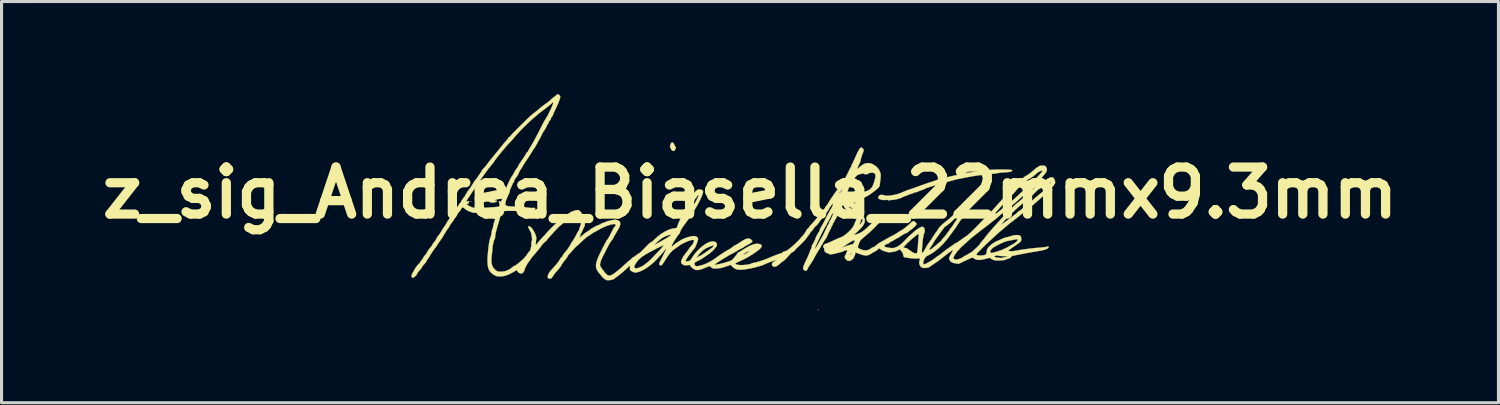
<source format=kicad_pcb>
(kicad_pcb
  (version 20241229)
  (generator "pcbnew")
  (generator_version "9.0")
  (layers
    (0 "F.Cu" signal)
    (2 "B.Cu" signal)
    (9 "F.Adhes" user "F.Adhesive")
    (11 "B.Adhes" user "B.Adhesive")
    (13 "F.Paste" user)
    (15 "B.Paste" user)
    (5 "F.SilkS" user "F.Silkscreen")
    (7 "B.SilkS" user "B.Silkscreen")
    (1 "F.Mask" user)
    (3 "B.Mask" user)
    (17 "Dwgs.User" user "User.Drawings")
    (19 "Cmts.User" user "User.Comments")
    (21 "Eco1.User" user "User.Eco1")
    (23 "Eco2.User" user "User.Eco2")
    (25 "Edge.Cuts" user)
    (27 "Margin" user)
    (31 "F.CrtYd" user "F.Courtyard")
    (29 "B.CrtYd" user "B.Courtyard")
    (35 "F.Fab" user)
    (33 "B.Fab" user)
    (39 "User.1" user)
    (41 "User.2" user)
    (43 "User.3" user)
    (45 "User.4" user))
  (footprint "z_sig_Andrea_Biasella_22mmx9.3mm"
    (layer "F.Cu")
    (at 21.271 3.202)
    (property "Reference" "z_sig_Andrea_Biasella_22mmx9.3mm" (at 0 0 0) (layer "F.SilkS") (effects (font (size 1.524 1.524) (thickness 0.3))))
    (attr through_hole)
    (fp_poly (pts (xy -9.039 0.275) (xy -9.048 0.284) (xy -9.056 0.275) (xy -9.048 0.267) (xy -9.039 0.275)) (stroke (width 0.01) (type solid)) (fill yes) (layer "F.SilkS"))
    (fp_poly (pts (xy 2.218 3.794) (xy 2.21 3.802) (xy 2.201 3.794) (xy 2.21 3.786) (xy 2.218 3.794)) (stroke (width 0.01) (type solid)) (fill yes) (layer "F.SilkS"))
    (fp_poly (pts (xy -8.699 0.231) (xy -8.707 0.247) (xy -8.739 0.27) (xy -8.789 0.294) (xy -8.809 0.29) (xy -8.828 0.281) (xy -8.847 0.267) (xy -8.84 0.255) (xy -8.814 0.24) (xy -8.762 0.221) (xy -8.72 0.219) (xy -8.699 0.231)) (stroke (width 0.01) (type solid)) (fill yes) (layer "F.SilkS"))
    (fp_poly (pts (xy -2.491 -1.62) (xy -2.465 -1.582) (xy -2.463 -1.576) (xy -2.443 -1.53) (xy -2.421 -1.496) (xy -2.406 -1.473) (xy -2.406 -1.45) (xy -2.424 -1.412) (xy -2.426 -1.408) (xy -2.453 -1.367) (xy -2.48 -1.354) (xy -2.515 -1.368) (xy -2.531 -1.379) (xy -2.559 -1.409) (xy -2.568 -1.435) (xy -2.577 -1.467) (xy -2.586 -1.477) (xy -2.596 -1.499) (xy -2.593 -1.515) (xy -2.58 -1.556) (xy -2.576 -1.575) (xy -2.556 -1.616) (xy -2.525 -1.631) (xy -2.491 -1.62)) (stroke (width 0.01) (type solid)) (fill yes) (layer "F.SilkS"))
    (fp_poly (pts (xy -8.424 0.18) (xy -8.384 0.193) (xy -8.331 0.212) (xy -8.289 0.231) (xy -8.274 0.24) (xy -8.251 0.254) (xy -8.245 0.254) (xy -8.22 0.251) (xy -8.206 0.27) (xy -8.205 0.272) (xy -8.221 0.289) (xy -8.265 0.305) (xy -8.294 0.311) (xy -8.353 0.319) (xy -8.395 0.315) (xy -8.437 0.299) (xy -8.446 0.294) (xy -8.551 0.256) (xy -8.626 0.248) (xy -8.654 0.243) (xy -8.653 0.231) (xy -8.627 0.214) (xy -8.578 0.195) (xy -8.564 0.191) (xy -8.508 0.176) (xy -8.467 0.173) (xy -8.424 0.18)) (stroke (width 0.01) (type solid)) (fill yes) (layer "F.SilkS"))
    (fp_poly (pts (xy 8.247 -0.753) (xy 8.333 -0.751) (xy 8.403 -0.749) (xy 8.452 -0.746) (xy 8.469 -0.743) (xy 8.501 -0.727) (xy 8.503 -0.711) (xy 8.478 -0.695) (xy 8.43 -0.681) (xy 8.363 -0.671) (xy 8.28 -0.666) (xy 8.216 -0.662) (xy 8.134 -0.654) (xy 8.05 -0.642) (xy 8.03 -0.639) (xy 7.941 -0.626) (xy 7.838 -0.612) (xy 7.739 -0.601) (xy 7.713 -0.599) (xy 7.568 -0.585) (xy 7.442 -0.571) (xy 7.325 -0.555) (xy 7.205 -0.535) (xy 7.072 -0.511) (xy 6.971 -0.491) (xy 6.894 -0.476) (xy 6.815 -0.46) (xy 6.754 -0.449) (xy 6.685 -0.434) (xy 6.615 -0.416) (xy 6.588 -0.407) (xy 6.54 -0.394) (xy 6.47 -0.375) (xy 6.389 -0.354) (xy 6.329 -0.34) (xy 6.252 -0.321) (xy 6.185 -0.303) (xy 6.135 -0.288) (xy 6.113 -0.279) (xy 6.072 -0.262) (xy 6.029 -0.249) (xy 5.946 -0.226) (xy 5.864 -0.202) (xy 5.789 -0.178) (xy 5.729 -0.157) (xy 5.691 -0.142) (xy 5.683 -0.137) (xy 5.657 -0.123) (xy 5.61 -0.104) (xy 5.554 -0.084) (xy 5.497 -0.063) (xy 5.452 -0.045) (xy 5.429 -0.032) (xy 5.402 -0.021) (xy 5.368 -0.017) (xy 5.331 -0.012) (xy 5.313 -0.002) (xy 5.293 0.01) (xy 5.252 0.026) (xy 5.225 0.034) (xy 5.175 0.049) (xy 5.138 0.062) (xy 5.128 0.067) (xy 5.103 0.079) (xy 5.06 0.095) (xy 5.045 0.1) (xy 4.999 0.116) (xy 4.967 0.13) (xy 4.962 0.133) (xy 4.905 0.162) (xy 4.826 0.19) (xy 4.738 0.212) (xy 4.653 0.225) (xy 4.591 0.232) (xy 4.543 0.238) (xy 4.517 0.243) (xy 4.516 0.244) (xy 4.493 0.243) (xy 4.471 0.234) (xy 4.426 0.226) (xy 4.4 0.231) (xy 4.36 0.235) (xy 4.303 0.232) (xy 4.271 0.226) (xy 4.203 0.207) (xy 4.181 0.192) (xy 4.386 0.192) (xy 4.395 0.2) (xy 4.403 0.192) (xy 4.395 0.183) (xy 4.386 0.192) (xy 4.181 0.192) (xy 4.165 0.181) (xy 4.158 0.147) (xy 4.175 0.11) (xy 4.203 0.08) (xy 4.241 0.068) (xy 4.27 0.067) (xy 4.322 0.072) (xy 4.363 0.084) (xy 4.369 0.087) (xy 4.406 0.096) (xy 4.468 0.097) (xy 4.547 0.09) (xy 4.635 0.076) (xy 4.726 0.057) (xy 4.811 0.034) (xy 4.869 0.014) (xy 4.934 -0.013) (xy 4.992 -0.037) (xy 5.032 -0.055) (xy 5.037 -0.057) (xy 5.073 -0.072) (xy 5.129 -0.092) (xy 5.195 -0.114) (xy 5.203 -0.117) (xy 5.272 -0.139) (xy 5.335 -0.161) (xy 5.38 -0.178) (xy 5.383 -0.179) (xy 5.435 -0.199) (xy 5.495 -0.22) (xy 5.508 -0.224) (xy 5.56 -0.242) (xy 5.629 -0.267) (xy 5.695 -0.291) (xy 5.762 -0.315) (xy 5.825 -0.336) (xy 5.87 -0.35) (xy 5.871 -0.35) (xy 5.916 -0.363) (xy 5.978 -0.384) (xy 6.045 -0.409) (xy 6.046 -0.409) (xy 6.113 -0.433) (xy 6.178 -0.451) (xy 6.226 -0.461) (xy 6.226 -0.461) (xy 6.276 -0.469) (xy 6.314 -0.479) (xy 6.318 -0.481) (xy 6.344 -0.49) (xy 6.396 -0.504) (xy 6.466 -0.521) (xy 6.545 -0.54) (xy 6.546 -0.54) (xy 6.631 -0.559) (xy 6.71 -0.578) (xy 6.774 -0.593) (xy 6.813 -0.602) (xy 6.875 -0.616) (xy 6.964 -0.633) (xy 7.072 -0.65) (xy 7.192 -0.668) (xy 7.318 -0.686) (xy 7.441 -0.701) (xy 7.505 -0.708) (xy 7.593 -0.718) (xy 7.672 -0.728) (xy 7.736 -0.735) (xy 7.776 -0.741) (xy 7.78 -0.742) (xy 7.819 -0.746) (xy 7.883 -0.749) (xy 7.964 -0.751) (xy 8.056 -0.752) (xy 8.153 -0.753) (xy 8.247 -0.753)) (stroke (width 0.01) (type solid)) (fill yes) (layer "F.SilkS"))
    (fp_poly (pts (xy -6.214 -3.19) (xy -6.197 -3.179) (xy -6.166 -3.149) (xy -6.154 -3.119) (xy -6.161 -3.07) (xy -6.184 -2.999) (xy -6.222 -2.902) (xy -6.276 -2.781) (xy -6.347 -2.632) (xy -6.364 -2.596) (xy -6.381 -2.556) (xy -6.388 -2.528) (xy -6.398 -2.502) (xy -6.424 -2.467) (xy -6.429 -2.462) (xy -6.454 -2.427) (xy -6.461 -2.398) (xy -6.461 -2.394) (xy -6.466 -2.369) (xy -6.485 -2.353) (xy -6.513 -2.324) (xy -6.529 -2.286) (xy -6.545 -2.244) (xy -6.564 -2.217) (xy -6.584 -2.19) (xy -6.588 -2.177) (xy -6.596 -2.153) (xy -6.62 -2.111) (xy -6.652 -2.059) (xy -6.659 -2.049) (xy -6.701 -1.981) (xy -6.742 -1.909) (xy -6.77 -1.851) (xy -6.796 -1.797) (xy -6.818 -1.754) (xy -6.83 -1.734) (xy -6.847 -1.708) (xy -6.873 -1.661) (xy -6.902 -1.604) (xy -6.904 -1.601) (xy -6.935 -1.542) (xy -6.965 -1.491) (xy -6.987 -1.459) (xy -6.988 -1.459) (xy -7.012 -1.426) (xy -7.044 -1.377) (xy -7.064 -1.343) (xy -7.092 -1.296) (xy -7.134 -1.23) (xy -7.183 -1.155) (xy -7.234 -1.08) (xy -7.281 -1.01) (xy -7.321 -0.948) (xy -7.351 -0.9) (xy -7.366 -0.873) (xy -7.367 -0.871) (xy -7.383 -0.84) (xy -7.411 -0.798) (xy -7.421 -0.784) (xy -7.453 -0.734) (xy -7.487 -0.671) (xy -7.503 -0.634) (xy -7.529 -0.579) (xy -7.555 -0.535) (xy -7.571 -0.516) (xy -7.602 -0.479) (xy -7.632 -0.429) (xy -7.651 -0.381) (xy -7.655 -0.359) (xy -7.662 -0.337) (xy -7.668 -0.334) (xy -7.682 -0.32) (xy -7.7 -0.286) (xy -7.702 -0.279) (xy -7.725 -0.228) (xy -7.752 -0.17) (xy -7.756 -0.161) (xy -7.777 -0.113) (xy -7.788 -0.072) (xy -7.788 -0.064) (xy -7.796 -0.024) (xy -7.811 0.014) (xy -7.867 0.13) (xy -7.907 0.229) (xy -7.93 0.307) (xy -7.933 0.326) (xy -7.937 0.371) (xy -7.93 0.396) (xy -7.906 0.413) (xy -7.884 0.423) (xy -7.832 0.436) (xy -7.754 0.444) (xy -7.646 0.447) (xy -7.636 0.447) (xy -7.534 0.449) (xy -7.419 0.457) (xy -7.31 0.468) (xy -7.266 0.474) (xy -7.186 0.484) (xy -7.113 0.491) (xy -7.056 0.493) (xy -7.03 0.491) (xy -6.984 0.488) (xy -6.966 0.502) (xy -6.978 0.53) (xy -6.998 0.552) (xy -7.019 0.569) (xy -7.041 0.581) (xy -7.073 0.587) (xy -7.12 0.591) (xy -7.19 0.592) (xy -7.235 0.592) (xy -7.335 0.592) (xy -7.445 0.591) (xy -7.548 0.589) (xy -7.597 0.588) (xy -7.733 0.585) (xy -7.839 0.585) (xy -7.92 0.587) (xy -7.98 0.595) (xy -8.022 0.607) (xy -8.05 0.626) (xy -8.069 0.652) (xy -8.081 0.686) (xy -8.088 0.712) (xy -8.11 0.802) (xy -8.128 0.872) (xy -8.145 0.935) (xy -8.166 1.005) (xy -8.172 1.026) (xy -8.208 1.15) (xy -8.237 1.255) (xy -8.256 1.339) (xy -8.265 1.397) (xy -8.265 1.424) (xy -8.268 1.462) (xy -8.281 1.491) (xy -8.297 1.527) (xy -8.314 1.585) (xy -8.331 1.655) (xy -8.345 1.726) (xy -8.353 1.786) (xy -8.355 1.815) (xy -8.356 1.853) (xy -8.362 1.912) (xy -8.37 1.98) (xy -8.372 1.993) (xy -8.386 2.132) (xy -8.386 2.245) (xy -8.369 2.338) (xy -8.336 2.413) (xy -8.285 2.477) (xy -8.25 2.509) (xy -8.208 2.538) (xy -8.17 2.554) (xy -8.12 2.559) (xy -8.083 2.559) (xy -8.016 2.555) (xy -7.954 2.545) (xy -7.922 2.536) (xy -7.825 2.495) (xy -7.761 2.459) (xy -7.733 2.434) (xy -7.705 2.41) (xy -7.663 2.385) (xy -7.655 2.381) (xy -7.594 2.348) (xy -7.532 2.303) (xy -7.48 2.259) (xy -7.445 2.229) (xy -7.397 2.188) (xy -7.365 2.16) (xy -7.314 2.109) (xy -7.261 2.045) (xy -7.228 1.998) (xy -7.196 1.95) (xy -7.17 1.915) (xy -7.155 1.901) (xy -7.155 1.901) (xy -7.139 1.887) (xy -7.123 1.856) (xy -7.112 1.822) (xy -7.113 1.801) (xy -7.11 1.781) (xy -7.105 1.777) (xy -7.097 1.756) (xy -7.092 1.712) (xy -7.091 1.677) (xy -7.09 1.622) (xy -7.083 1.579) (xy -7.076 1.565) (xy -7.067 1.533) (xy -7.069 1.474) (xy -7.074 1.429) (xy -7.086 1.354) (xy -7.1 1.298) (xy -7.123 1.246) (xy -7.158 1.185) (xy -7.163 1.177) (xy -7.188 1.123) (xy -7.189 1.091) (xy -7.169 1.081) (xy -7.132 1.097) (xy -7.09 1.132) (xy -7.051 1.18) (xy -7.011 1.245) (xy -6.975 1.316) (xy -6.947 1.386) (xy -6.931 1.446) (xy -6.93 1.48) (xy -6.935 1.512) (xy -6.94 1.564) (xy -6.944 1.609) (xy -6.948 1.663) (xy -6.947 1.689) (xy -6.94 1.691) (xy -6.928 1.676) (xy -6.903 1.644) (xy -6.861 1.595) (xy -6.81 1.537) (xy -6.755 1.476) (xy -6.704 1.421) (xy -6.662 1.377) (xy -6.65 1.365) (xy -6.621 1.334) (xy -6.605 1.313) (xy -6.604 1.311) (xy -6.593 1.297) (xy -6.563 1.264) (xy -6.518 1.217) (xy -6.462 1.161) (xy -6.402 1.1) (xy -6.34 1.039) (xy -6.282 0.982) (xy -6.232 0.934) (xy -6.196 0.899) (xy -6.18 0.886) (xy -6.097 0.822) (xy -6.017 0.763) (xy -5.946 0.714) (xy -5.889 0.677) (xy -5.85 0.655) (xy -5.836 0.65) (xy -5.821 0.638) (xy -5.82 0.635) (xy -5.806 0.623) (xy -5.766 0.606) (xy -5.709 0.587) (xy -5.643 0.569) (xy -5.601 0.56) (xy -5.562 0.563) (xy -5.521 0.59) (xy -5.474 0.643) (xy -5.421 0.724) (xy -5.383 0.79) (xy -5.368 0.838) (xy -5.357 0.903) (xy -5.354 0.973) (xy -5.357 1.037) (xy -5.368 1.08) (xy -5.382 1.11) (xy -5.405 1.159) (xy -5.431 1.217) (xy -5.431 1.217) (xy -5.456 1.272) (xy -5.477 1.312) (xy -5.491 1.331) (xy -5.491 1.331) (xy -5.501 1.35) (xy -5.504 1.374) (xy -5.512 1.413) (xy -5.524 1.431) (xy -5.533 1.447) (xy -5.528 1.451) (xy -5.509 1.44) (xy -5.472 1.412) (xy -5.427 1.373) (xy -5.421 1.367) (xy -5.368 1.322) (xy -5.316 1.284) (xy -5.278 1.26) (xy -5.227 1.229) (xy -5.185 1.195) (xy -5.154 1.172) (xy -5.104 1.141) (xy -5.043 1.107) (xy -4.981 1.075) (xy -4.926 1.05) (xy -4.886 1.036) (xy -4.876 1.034) (xy -4.85 1.022) (xy -4.837 1.01) (xy -4.808 0.99) (xy -4.764 0.975) (xy -4.722 0.963) (xy -4.695 0.951) (xy -4.695 0.951) (xy -4.665 0.937) (xy -4.612 0.921) (xy -4.547 0.904) (xy -4.478 0.889) (xy -4.416 0.878) (xy -4.37 0.874) (xy -4.359 0.874) (xy -4.28 0.894) (xy -4.229 0.928) (xy -4.207 0.979) (xy -4.212 1.046) (xy -4.244 1.131) (xy -4.295 1.218) (xy -4.337 1.286) (xy -4.379 1.359) (xy -4.411 1.419) (xy -4.412 1.42) (xy -4.441 1.474) (xy -4.469 1.52) (xy -4.483 1.54) (xy -4.521 1.589) (xy -4.565 1.661) (xy -4.619 1.759) (xy -4.661 1.843) (xy -4.697 1.914) (xy -4.731 1.981) (xy -4.759 2.033) (xy -4.768 2.051) (xy -4.829 2.182) (xy -4.862 2.298) (xy -4.864 2.315) (xy -4.864 2.347) (xy -4.854 2.38) (xy -4.83 2.421) (xy -4.789 2.479) (xy -4.78 2.49) (xy -4.717 2.573) (xy -4.667 2.631) (xy -4.626 2.667) (xy -4.59 2.684) (xy -4.553 2.686) (xy -4.51 2.674) (xy -4.481 2.663) (xy -4.434 2.636) (xy -4.366 2.587) (xy -4.28 2.519) (xy -4.181 2.435) (xy -4.07 2.335) (xy -4.024 2.293) (xy -3.972 2.246) (xy -3.927 2.207) (xy -3.895 2.182) (xy -3.889 2.177) (xy -3.858 2.153) (xy -3.83 2.123) (xy -3.802 2.095) (xy -3.779 2.085) (xy -3.756 2.075) (xy -3.718 2.048) (xy -3.69 2.026) (xy -3.65 1.994) (xy -3.618 1.972) (xy -3.607 1.968) (xy -3.591 1.96) (xy -3.56 1.935) (xy -3.512 1.89) (xy -3.447 1.824) (xy -3.386 1.762) (xy -3.328 1.702) (xy -3.309 1.684) (xy -3.097 1.684) (xy -3.095 1.684) (xy -3.076 1.677) (xy -3.034 1.655) (xy -2.972 1.622) (xy -2.896 1.58) (xy -2.824 1.539) (xy -2.716 1.476) (xy -2.637 1.427) (xy -2.588 1.391) (xy -2.568 1.369) (xy -2.579 1.361) (xy -2.62 1.367) (xy -2.631 1.37) (xy -2.751 1.411) (xy -2.858 1.471) (xy -2.918 1.517) (xy -3.003 1.588) (xy -3.061 1.64) (xy -3.092 1.672) (xy -3.097 1.684) (xy -3.309 1.684) (xy -3.287 1.662) (xy -3.257 1.636) (xy -3.232 1.618) (xy -3.205 1.603) (xy -3.202 1.601) (xy -3.164 1.575) (xy -3.12 1.537) (xy -3.11 1.527) (xy -3.003 1.426) (xy -2.884 1.335) (xy -2.759 1.258) (xy -2.636 1.2) (xy -2.522 1.163) (xy -2.476 1.155) (xy -2.378 1.142) (xy -2.335 1.026) (xy -2.307 0.954) (xy -2.274 0.883) (xy -2.247 0.833) (xy -2.217 0.777) (xy -2.191 0.724) (xy -2.183 0.703) (xy -2.179 0.694) (xy -2.035 0.694) (xy -2.024 0.695) (xy -2.018 0.692) (xy -2.002 0.676) (xy -2.001 0.673) (xy -2.012 0.672) (xy -2.018 0.675) (xy -2.034 0.691) (xy -2.035 0.694) (xy -2.179 0.694) (xy -2.167 0.668) (xy -2.151 0.651) (xy -2.15 0.65) (xy -2.14 0.642) (xy -2.001 0.642) (xy -1.993 0.65) (xy -1.985 0.642) (xy -1.993 0.634) (xy -2.001 0.642) (xy -2.14 0.642) (xy -2.135 0.638) (xy -2.135 0.633) (xy -2.128 0.609) (xy -1.993 0.609) (xy -1.986 0.617) (xy -1.966 0.604) (xy -1.941 0.573) (xy -1.94 0.571) (xy -1.913 0.535) (xy -1.889 0.512) (xy -1.871 0.486) (xy -1.868 0.467) (xy -1.858 0.434) (xy -1.847 0.422) (xy -1.832 0.409) (xy -1.814 0.385) (xy -1.791 0.346) (xy -1.758 0.287) (xy -1.723 0.219) (xy -1.688 0.147) (xy -1.67 0.099) (xy -1.67 0.076) (xy -1.687 0.08) (xy -1.701 0.092) (xy -1.726 0.121) (xy -1.734 0.143) (xy -1.748 0.166) (xy -1.759 0.173) (xy -1.782 0.193) (xy -1.785 0.204) (xy -1.795 0.23) (xy -1.82 0.265) (xy -1.823 0.267) (xy -1.853 0.307) (xy -1.887 0.363) (xy -1.92 0.424) (xy -1.945 0.479) (xy -1.956 0.513) (xy -1.968 0.55) (xy -1.982 0.58) (xy -1.993 0.609) (xy -2.128 0.609) (xy -2.128 0.607) (xy -2.108 0.557) (xy -2.079 0.491) (xy -2.043 0.414) (xy -2.041 0.41) (xy -2.025 0.369) (xy -2.018 0.339) (xy -2.005 0.313) (xy -1.994 0.307) (xy -1.973 0.285) (xy -1.961 0.257) (xy -1.947 0.227) (xy -1.934 0.217) (xy -1.921 0.203) (xy -1.918 0.186) (xy -1.906 0.155) (xy -1.878 0.119) (xy -1.876 0.117) (xy -1.848 0.082) (xy -1.835 0.052) (xy -1.835 0.05) (xy -1.822 0.018) (xy -1.789 -0.022) (xy -1.746 -0.062) (xy -1.701 -0.094) (xy -1.669 -0.108) (xy -1.617 -0.109) (xy -1.566 -0.095) (xy -1.531 -0.07) (xy -1.524 -0.058) (xy -1.523 -0.019) (xy -1.54 0.043) (xy -1.571 0.125) (xy -1.616 0.222) (xy -1.672 0.331) (xy -1.737 0.449) (xy -1.809 0.57) (xy -1.886 0.692) (xy -1.965 0.81) (xy -2.046 0.921) (xy -2.061 0.942) (xy -2.134 1.041) (xy -2.194 1.127) (xy -2.237 1.198) (xy -2.262 1.25) (xy -2.268 1.274) (xy -2.279 1.305) (xy -2.306 1.341) (xy -2.306 1.341) (xy -2.342 1.383) (xy -2.368 1.421) (xy -2.391 1.457) (xy -2.424 1.509) (xy -2.453 1.553) (xy -2.488 1.61) (xy -2.518 1.665) (xy -2.532 1.697) (xy -2.542 1.733) (xy -2.539 1.743) (xy -2.519 1.735) (xy -2.518 1.734) (xy -2.492 1.715) (xy -2.485 1.705) (xy -2.471 1.69) (xy -2.433 1.661) (xy -2.374 1.62) (xy -2.298 1.57) (xy -2.226 1.525) (xy -2.159 1.491) (xy -2.072 1.458) (xy -1.977 1.429) (xy -1.887 1.409) (xy -1.813 1.401) (xy -1.808 1.401) (xy -1.753 1.413) (xy -1.709 1.443) (xy -1.686 1.485) (xy -1.684 1.498) (xy -1.692 1.539) (xy -1.71 1.599) (xy -1.735 1.667) (xy -1.764 1.733) (xy -1.79 1.785) (xy -1.807 1.808) (xy -1.855 1.863) (xy -1.906 1.927) (xy -1.958 1.996) (xy -2.007 2.064) (xy -2.048 2.126) (xy -2.078 2.176) (xy -2.093 2.208) (xy -2.094 2.217) (xy -2.072 2.225) (xy -2.031 2.223) (xy -1.983 2.213) (xy -1.949 2.199) (xy -1.927 2.178) (xy -1.897 2.137) (xy -1.872 2.096) (xy -1.731 2.096) (xy -1.726 2.099) (xy -1.701 2.086) (xy -1.661 2.066) (xy -1.651 2.061) (xy -1.603 2.037) (xy -1.563 2.015) (xy -1.559 2.013) (xy -1.528 1.993) (xy -1.478 1.959) (xy -1.417 1.916) (xy -1.352 1.871) (xy -1.291 1.827) (xy -1.243 1.791) (xy -1.214 1.769) (xy -1.213 1.769) (xy -1.19 1.74) (xy -1.185 1.716) (xy -1.198 1.706) (xy -1.213 1.709) (xy -1.245 1.722) (xy -1.294 1.741) (xy -1.334 1.756) (xy -1.42 1.794) (xy -1.495 1.84) (xy -1.568 1.901) (xy -1.643 1.982) (xy -1.718 2.075) (xy -1.731 2.096) (xy -1.872 2.096) (xy -1.864 2.083) (xy -1.862 2.081) (xy -1.799 1.988) (xy -1.714 1.889) (xy -1.614 1.793) (xy -1.51 1.707) (xy -1.409 1.639) (xy -1.38 1.624) (xy -1.297 1.591) (xy -1.22 1.578) (xy -1.154 1.584) (xy -1.105 1.607) (xy -1.077 1.647) (xy -1.073 1.698) (xy -1.092 1.742) (xy -1.134 1.798) (xy -1.193 1.862) (xy -1.264 1.927) (xy -1.342 1.988) (xy -1.363 2.003) (xy -1.425 2.045) (xy -1.494 2.092) (xy -1.526 2.115) (xy -1.591 2.155) (xy -1.665 2.195) (xy -1.705 2.214) (xy -1.759 2.24) (xy -1.788 2.261) (xy -1.8 2.284) (xy -1.801 2.302) (xy -1.79 2.352) (xy -1.755 2.378) (xy -1.696 2.38) (xy -1.687 2.379) (xy -1.548 2.345) (xy -1.4 2.287) (xy -1.254 2.211) (xy -1.117 2.121) (xy -1.094 2.103) (xy -1.03 2.056) (xy -0.947 1.999) (xy -0.855 1.939) (xy -0.764 1.883) (xy -0.683 1.836) (xy -0.653 1.82) (xy -0.611 1.793) (xy -0.564 1.757) (xy -0.554 1.749) (xy -0.516 1.719) (xy -0.487 1.703) (xy -0.48 1.701) (xy -0.458 1.692) (xy -0.417 1.668) (xy -0.364 1.634) (xy -0.343 1.62) (xy -0.24 1.553) (xy -0.157 1.508) (xy -0.091 1.485) (xy -0.036 1.483) (xy 0.01 1.5) (xy 0.044 1.527) (xy 0.071 1.557) (xy 0.076 1.576) (xy 0.061 1.598) (xy 0.059 1.6) (xy 0.031 1.622) (xy -0.017 1.653) (xy -0.075 1.684) (xy -0.076 1.685) (xy -0.131 1.714) (xy -0.172 1.738) (xy -0.193 1.753) (xy -0.194 1.754) (xy -0.212 1.768) (xy -0.252 1.79) (xy -0.306 1.818) (xy -0.31 1.82) (xy -0.364 1.847) (xy -0.405 1.87) (xy -0.425 1.883) (xy -0.425 1.884) (xy -0.442 1.897) (xy -0.483 1.92) (xy -0.538 1.95) (xy -0.571 1.967) (xy -0.644 2.006) (xy -0.726 2.053) (xy -0.812 2.103) (xy -0.896 2.155) (xy -0.975 2.205) (xy -1.043 2.249) (xy -1.095 2.286) (xy -1.127 2.311) (xy -1.134 2.321) (xy -1.122 2.34) (xy -1.101 2.342) (xy -1.093 2.335) (xy -1.07 2.323) (xy -1.034 2.318) (xy -1 2.313) (xy -0.941 2.3) (xy -0.868 2.281) (xy -0.79 2.259) (xy -0.702 2.231) (xy -0.64 2.209) (xy -0.598 2.188) (xy -0.569 2.166) (xy -0.551 2.147) (xy -0.512 2.101) (xy -0.468 2.048) (xy -0.454 2.033) (xy -0.442 2.018) (xy -0.227 2.018) (xy -0.225 2.018) (xy -0.206 2.011) (xy -0.168 1.992) (xy -0.147 1.98) (xy -0.097 1.951) (xy -0.056 1.921) (xy -0.046 1.912) (xy -0.024 1.89) (xy -0.028 1.887) (xy -0.052 1.894) (xy -0.085 1.908) (xy -0.126 1.932) (xy -0.168 1.96) (xy -0.203 1.987) (xy -0.225 2.008) (xy -0.227 2.018) (xy -0.442 2.018) (xy -0.423 1.994) (xy -0.403 1.963) (xy -0.4 1.953) (xy -0.389 1.936) (xy -0.384 1.935) (xy -0.362 1.926) (xy -0.322 1.904) (xy -0.271 1.873) (xy -0.271 1.873) (xy -0.134 1.788) (xy -0.018 1.725) (xy 0.081 1.682) (xy 0.167 1.659) (xy 0.241 1.652) (xy 0.309 1.663) (xy 0.323 1.667) (xy 0.366 1.689) (xy 0.382 1.72) (xy 0.37 1.759) (xy 0.33 1.808) (xy 0.262 1.868) (xy 0.163 1.939) (xy 0.05 2.013) (xy -0.032 2.063) (xy -0.105 2.105) (xy -0.18 2.145) (xy -0.266 2.186) (xy -0.371 2.234) (xy -0.39 2.243) (xy -0.443 2.267) (xy -0.469 2.283) (xy -0.474 2.297) (xy -0.463 2.312) (xy -0.461 2.315) (xy -0.427 2.33) (xy -0.369 2.34) (xy -0.294 2.344) (xy -0.211 2.342) (xy -0.127 2.335) (xy -0.05 2.324) (xy 0.012 2.307) (xy 0.022 2.303) (xy 0.075 2.283) (xy 0.119 2.27) (xy 0.136 2.268) (xy 0.168 2.263) (xy 0.223 2.248) (xy 0.294 2.228) (xy 0.372 2.203) (xy 0.449 2.177) (xy 0.516 2.152) (xy 0.564 2.133) (xy 0.628 2.105) (xy 0.703 2.074) (xy 0.781 2.042) (xy 0.856 2.014) (xy 0.92 1.99) (xy 0.967 1.974) (xy 0.99 1.968) (xy 1.018 1.958) (xy 1.055 1.935) (xy 1.055 1.935) (xy 1.092 1.911) (xy 1.12 1.901) (xy 1.12 1.901) (xy 1.166 1.888) (xy 1.232 1.849) (xy 1.316 1.785) (xy 1.418 1.696) (xy 1.466 1.651) (xy 1.53 1.589) (xy 1.585 1.534) (xy 1.625 1.49) (xy 1.648 1.462) (xy 1.651 1.455) (xy 1.661 1.436) (xy 1.668 1.434) (xy 1.685 1.421) (xy 1.714 1.389) (xy 1.75 1.343) (xy 1.785 1.294) (xy 1.814 1.249) (xy 1.832 1.216) (xy 1.835 1.206) (xy 1.848 1.183) (xy 1.868 1.167) (xy 1.894 1.148) (xy 1.901 1.136) (xy 1.912 1.118) (xy 1.94 1.083) (xy 1.978 1.04) (xy 2.018 0.996) (xy 2.071 0.935) (xy 2.13 0.866) (xy 2.188 0.797) (xy 2.237 0.736) (xy 2.272 0.692) (xy 2.288 0.671) (xy 2.319 0.634) (xy 2.351 0.595) (xy 2.392 0.544) (xy 2.427 0.495) (xy 2.443 0.467) (xy 2.465 0.432) (xy 2.482 0.414) (xy 2.483 0.414) (xy 2.499 0.397) (xy 2.522 0.361) (xy 2.529 0.348) (xy 2.552 0.308) (xy 2.59 0.248) (xy 2.64 0.173) (xy 2.696 0.09) (xy 2.755 0.005) (xy 2.812 -0.076) (xy 2.863 -0.146) (xy 2.899 -0.192) (xy 2.937 -0.243) (xy 2.948 -0.259) (xy 3.069 -0.259) (xy 3.077 -0.25) (xy 3.085 -0.259) (xy 3.077 -0.267) (xy 3.069 -0.259) (xy 2.948 -0.259) (xy 2.971 -0.291) (xy 2.987 -0.317) (xy 3.011 -0.357) (xy 3.029 -0.384) (xy 3.061 -0.433) (xy 3.104 -0.508) (xy 3.154 -0.604) (xy 3.208 -0.715) (xy 3.225 -0.75) (xy 3.248 -0.795) (xy 3.267 -0.825) (xy 3.273 -0.831) (xy 3.284 -0.85) (xy 3.285 -0.865) (xy 3.295 -0.901) (xy 3.308 -0.926) (xy 3.326 -0.957) (xy 3.351 -1.008) (xy 3.379 -1.07) (xy 3.385 -1.084) (xy 3.441 -1.21) (xy 3.486 -1.308) (xy 3.524 -1.379) (xy 3.554 -1.428) (xy 3.581 -1.456) (xy 3.605 -1.466) (xy 3.629 -1.46) (xy 3.654 -1.442) (xy 3.677 -1.412) (xy 3.684 -1.376) (xy 3.672 -1.327) (xy 3.652 -1.275) (xy 3.623 -1.198) (xy 3.597 -1.11) (xy 3.576 -1.018) (xy 3.564 -0.979) (xy 3.553 -0.959) (xy 3.54 -0.937) (xy 3.522 -0.897) (xy 3.504 -0.85) (xy 3.488 -0.807) (xy 3.479 -0.776) (xy 3.479 -0.767) (xy 3.494 -0.778) (xy 3.525 -0.806) (xy 3.563 -0.841) (xy 3.657 -0.915) (xy 3.755 -0.956) (xy 3.858 -0.964) (xy 3.865 -0.964) (xy 3.947 -0.942) (xy 4.031 -0.897) (xy 4.109 -0.837) (xy 4.169 -0.767) (xy 4.189 -0.734) (xy 4.214 -0.677) (xy 4.23 -0.631) (xy 4.237 -0.586) (xy 4.236 -0.531) (xy 4.229 -0.456) (xy 4.225 -0.419) (xy 4.217 -0.345) (xy 4.21 -0.284) (xy 4.205 -0.243) (xy 4.204 -0.229) (xy 4.189 -0.2) (xy 4.151 -0.157) (xy 4.095 -0.106) (xy 4.027 -0.05) (xy 3.952 0.006) (xy 3.876 0.059) (xy 3.803 0.104) (xy 3.739 0.137) (xy 3.727 0.142) (xy 3.663 0.17) (xy 3.592 0.202) (xy 3.521 0.235) (xy 3.457 0.267) (xy 3.407 0.293) (xy 3.375 0.312) (xy 3.369 0.318) (xy 3.38 0.335) (xy 3.41 0.365) (xy 3.44 0.391) (xy 3.503 0.447) (xy 3.545 0.485) (xy 3.571 0.512) (xy 3.586 0.533) (xy 3.593 0.551) (xy 3.596 0.561) (xy 3.608 0.591) (xy 3.618 0.6) (xy 3.627 0.615) (xy 3.632 0.652) (xy 3.633 0.662) (xy 3.638 0.704) (xy 3.648 0.731) (xy 3.65 0.733) (xy 3.666 0.752) (xy 3.69 0.79) (xy 3.699 0.807) (xy 3.723 0.87) (xy 3.722 0.934) (xy 3.696 1.007) (xy 3.677 1.042) (xy 3.647 1.085) (xy 3.599 1.141) (xy 3.542 1.201) (xy 3.483 1.258) (xy 3.431 1.304) (xy 3.394 1.33) (xy 3.368 1.348) (xy 3.371 1.357) (xy 3.399 1.357) (xy 3.447 1.347) (xy 3.479 1.338) (xy 3.547 1.312) (xy 3.615 1.276) (xy 3.687 1.226) (xy 3.769 1.158) (xy 3.865 1.069) (xy 3.885 1.051) (xy 4.03 0.915) (xy 4.156 0.803) (xy 4.239 0.735) (xy 4.287 0.711) (xy 4.338 0.704) (xy 4.383 0.714) (xy 4.412 0.739) (xy 4.419 0.765) (xy 4.405 0.803) (xy 4.368 0.849) (xy 4.314 0.897) (xy 4.251 0.939) (xy 4.246 0.942) (xy 4.194 0.974) (xy 4.151 1.006) (xy 4.135 1.023) (xy 4.09 1.075) (xy 4.024 1.142) (xy 3.946 1.217) (xy 3.861 1.295) (xy 3.776 1.368) (xy 3.77 1.374) (xy 3.693 1.438) (xy 3.637 1.486) (xy 3.596 1.526) (xy 3.568 1.563) (xy 3.546 1.604) (xy 3.527 1.655) (xy 3.506 1.722) (xy 3.494 1.762) (xy 3.503 1.782) (xy 3.537 1.807) (xy 3.586 1.831) (xy 3.643 1.852) (xy 3.698 1.865) (xy 3.73 1.868) (xy 3.809 1.859) (xy 3.88 1.835) (xy 3.93 1.799) (xy 3.934 1.795) (xy 3.967 1.773) (xy 3.989 1.768) (xy 4.02 1.757) (xy 4.061 1.729) (xy 4.083 1.71) (xy 4.13 1.671) (xy 4.193 1.628) (xy 4.253 1.592) (xy 4.326 1.552) (xy 4.406 1.508) (xy 4.461 1.476) (xy 4.529 1.438) (xy 4.601 1.4) (xy 4.647 1.376) (xy 4.704 1.346) (xy 4.755 1.314) (xy 4.777 1.299) (xy 4.818 1.27) (xy 4.873 1.238) (xy 4.899 1.223) (xy 4.96 1.185) (xy 5.033 1.131) (xy 5.111 1.067) (xy 5.184 1.002) (xy 5.223 0.963) (xy 5.26 0.933) (xy 5.296 0.918) (xy 5.301 0.917) (xy 5.33 0.929) (xy 5.364 0.957) (xy 5.393 0.99) (xy 5.403 1.015) (xy 5.391 1.037) (xy 5.36 1.073) (xy 5.319 1.115) (xy 5.274 1.156) (xy 5.233 1.188) (xy 5.219 1.197) (xy 5.172 1.229) (xy 5.134 1.262) (xy 5.129 1.267) (xy 5.092 1.295) (xy 5.042 1.316) (xy 5.038 1.317) (xy 4.993 1.336) (xy 4.936 1.369) (xy 4.889 1.4) (xy 4.841 1.435) (xy 4.803 1.459) (xy 4.783 1.468) (xy 4.761 1.476) (xy 4.722 1.499) (xy 4.692 1.518) (xy 4.636 1.552) (xy 4.581 1.582) (xy 4.56 1.592) (xy 4.523 1.612) (xy 4.504 1.631) (xy 4.503 1.634) (xy 4.49 1.649) (xy 4.479 1.651) (xy 4.436 1.66) (xy 4.393 1.682) (xy 4.364 1.709) (xy 4.362 1.715) (xy 4.358 1.733) (xy 4.367 1.748) (xy 4.394 1.76) (xy 4.441 1.772) (xy 4.514 1.783) (xy 4.587 1.793) (xy 4.677 1.788) (xy 4.709 1.776) (xy 4.963 1.776) (xy 5.021 1.785) (xy 5.078 1.8) (xy 5.124 1.821) (xy 5.15 1.843) (xy 5.153 1.852) (xy 5.167 1.866) (xy 5.176 1.868) (xy 5.205 1.88) (xy 5.221 1.894) (xy 5.257 1.922) (xy 5.308 1.949) (xy 5.358 1.965) (xy 5.372 1.967) (xy 5.406 1.956) (xy 5.416 1.947) (xy 5.424 1.923) (xy 5.431 1.873) (xy 5.439 1.804) (xy 5.445 1.724) (xy 5.445 1.722) (xy 5.45 1.632) (xy 5.457 1.545) (xy 5.464 1.471) (xy 5.469 1.426) (xy 5.474 1.37) (xy 5.471 1.342) (xy 5.46 1.334) (xy 5.438 1.345) (xy 5.397 1.374) (xy 5.342 1.417) (xy 5.279 1.47) (xy 5.212 1.528) (xy 5.147 1.587) (xy 5.089 1.642) (xy 5.046 1.686) (xy 4.963 1.776) (xy 4.709 1.776) (xy 4.774 1.751) (xy 4.877 1.683) (xy 4.986 1.582) (xy 4.998 1.569) (xy 5.049 1.516) (xy 5.092 1.471) (xy 5.122 1.441) (xy 5.131 1.431) (xy 5.149 1.416) (xy 5.185 1.383) (xy 5.235 1.338) (xy 5.279 1.298) (xy 5.365 1.225) (xy 5.446 1.166) (xy 5.517 1.125) (xy 5.573 1.103) (xy 5.591 1.101) (xy 5.625 1.116) (xy 5.651 1.153) (xy 5.665 1.204) (xy 5.666 1.258) (xy 5.651 1.306) (xy 5.648 1.31) (xy 5.637 1.338) (xy 5.625 1.391) (xy 5.612 1.457) (xy 5.601 1.528) (xy 5.593 1.594) (xy 5.589 1.645) (xy 5.589 1.651) (xy 5.588 1.679) (xy 5.584 1.73) (xy 5.579 1.795) (xy 5.577 1.814) (xy 5.573 1.888) (xy 5.575 1.934) (xy 5.585 1.951) (xy 5.604 1.939) (xy 5.634 1.898) (xy 5.66 1.854) (xy 5.803 1.854) (xy 5.841 1.842) (xy 5.874 1.829) (xy 5.887 1.82) (xy 5.905 1.804) (xy 5.939 1.777) (xy 5.961 1.761) (xy 6.016 1.717) (xy 6.071 1.668) (xy 6.083 1.656) (xy 6.125 1.619) (xy 6.162 1.59) (xy 6.173 1.583) (xy 6.198 1.563) (xy 6.204 1.55) (xy 6.215 1.53) (xy 6.243 1.494) (xy 6.271 1.463) (xy 6.319 1.41) (xy 6.365 1.352) (xy 6.384 1.326) (xy 6.417 1.279) (xy 6.449 1.238) (xy 6.458 1.227) (xy 6.481 1.194) (xy 6.488 1.173) (xy 6.497 1.153) (xy 6.503 1.151) (xy 6.52 1.138) (xy 6.545 1.106) (xy 6.551 1.097) (xy 6.577 1.056) (xy 6.615 1) (xy 6.657 0.94) (xy 6.661 0.934) (xy 6.697 0.881) (xy 6.724 0.836) (xy 6.737 0.809) (xy 6.738 0.806) (xy 6.727 0.791) (xy 6.698 0.797) (xy 6.656 0.824) (xy 6.603 0.867) (xy 6.57 0.9) (xy 6.509 0.957) (xy 6.441 1.014) (xy 6.382 1.058) (xy 6.335 1.091) (xy 6.301 1.118) (xy 6.287 1.133) (xy 6.287 1.133) (xy 6.277 1.153) (xy 6.253 1.185) (xy 6.25 1.189) (xy 6.22 1.226) (xy 6.181 1.278) (xy 6.154 1.317) (xy 6.109 1.381) (xy 6.06 1.448) (xy 6.035 1.481) (xy 5.996 1.536) (xy 5.961 1.591) (xy 5.946 1.618) (xy 5.921 1.663) (xy 5.898 1.697) (xy 5.895 1.701) (xy 5.874 1.731) (xy 5.847 1.776) (xy 5.838 1.79) (xy 5.803 1.854) (xy 5.66 1.854) (xy 5.675 1.827) (xy 5.705 1.774) (xy 5.742 1.709) (xy 5.784 1.646) (xy 5.811 1.609) (xy 5.85 1.556) (xy 5.893 1.492) (xy 5.918 1.451) (xy 5.959 1.386) (xy 6.004 1.319) (xy 6.03 1.284) (xy 6.064 1.236) (xy 6.092 1.194) (xy 6.102 1.176) (xy 6.128 1.137) (xy 6.173 1.086) (xy 6.231 1.03) (xy 6.294 0.975) (xy 6.347 0.934) (xy 6.397 0.895) (xy 6.461 0.843) (xy 6.525 0.785) (xy 6.546 0.766) (xy 6.637 0.686) (xy 6.722 0.622) (xy 6.796 0.577) (xy 6.855 0.553) (xy 6.876 0.55) (xy 6.92 0.562) (xy 6.954 0.587) (xy 6.982 0.623) (xy 6.985 0.646) (xy 6.971 0.659) (xy 6.957 0.682) (xy 6.955 0.701) (xy 6.947 0.728) (xy 6.938 0.734) (xy 6.923 0.747) (xy 6.921 0.756) (xy 6.911 0.781) (xy 6.885 0.818) (xy 6.87 0.835) (xy 6.828 0.887) (xy 6.789 0.942) (xy 6.783 0.953) (xy 6.75 1.005) (xy 6.71 1.066) (xy 6.67 1.127) (xy 6.633 1.18) (xy 6.606 1.217) (xy 6.597 1.228) (xy 6.579 1.251) (xy 6.549 1.293) (xy 6.513 1.343) (xy 6.387 1.51) (xy 6.254 1.662) (xy 6.116 1.796) (xy 5.978 1.908) (xy 5.845 1.993) (xy 5.804 2.014) (xy 5.736 2.05) (xy 5.692 2.084) (xy 5.661 2.128) (xy 5.635 2.19) (xy 5.628 2.21) (xy 5.612 2.271) (xy 5.616 2.306) (xy 5.641 2.318) (xy 5.689 2.306) (xy 5.75 2.276) (xy 5.855 2.217) (xy 5.945 2.16) (xy 6.013 2.111) (xy 6.034 2.093) (xy 6.067 2.066) (xy 6.09 2.052) (xy 6.092 2.051) (xy 6.11 2.041) (xy 6.148 2.015) (xy 6.197 1.977) (xy 6.224 1.955) (xy 6.287 1.905) (xy 6.35 1.856) (xy 6.403 1.817) (xy 6.414 1.81) (xy 6.466 1.773) (xy 6.53 1.728) (xy 6.586 1.689) (xy 6.637 1.654) (xy 6.677 1.629) (xy 6.7 1.618) (xy 6.701 1.618) (xy 6.723 1.608) (xy 6.747 1.592) (xy 6.786 1.563) (xy 6.846 1.521) (xy 6.919 1.469) (xy 7 1.414) (xy 7.03 1.394) (xy 7.071 1.362) (xy 7.129 1.311) (xy 7.196 1.248) (xy 7.267 1.179) (xy 7.296 1.149) (xy 7.374 1.069) (xy 7.456 0.985) (xy 7.535 0.905) (xy 7.602 0.839) (xy 7.615 0.826) (xy 7.684 0.756) (xy 7.758 0.68) (xy 7.77 0.667) (xy 7.955 0.667) (xy 7.963 0.683) (xy 7.969 0.684) (xy 7.99 0.674) (xy 8.015 0.655) (xy 8.048 0.626) (xy 8.098 0.585) (xy 8.157 0.537) (xy 8.219 0.487) (xy 8.274 0.444) (xy 8.316 0.411) (xy 8.331 0.4) (xy 8.379 0.364) (xy 8.446 0.309) (xy 8.525 0.24) (xy 8.611 0.162) (xy 8.699 0.081) (xy 8.705 0.075) (xy 8.762 0.021) (xy 8.812 -0.026) (xy 8.849 -0.06) (xy 8.866 -0.075) (xy 8.93 -0.132) (xy 9.004 -0.199) (xy 9.082 -0.274) (xy 9.162 -0.352) (xy 9.24 -0.431) (xy 9.313 -0.507) (xy 9.378 -0.575) (xy 9.43 -0.634) (xy 9.467 -0.678) (xy 9.484 -0.705) (xy 9.485 -0.711) (xy 9.457 -0.717) (xy 9.413 -0.705) (xy 9.359 -0.678) (xy 9.305 -0.64) (xy 9.291 -0.627) (xy 9.194 -0.544) (xy 9.11 -0.484) (xy 9.029 -0.44) (xy 9.014 -0.434) (xy 8.95 -0.395) (xy 8.874 -0.332) (xy 8.792 -0.248) (xy 8.754 -0.204) (xy 8.719 -0.168) (xy 8.696 -0.149) (xy 8.666 -0.12) (xy 8.63 -0.079) (xy 8.62 -0.067) (xy 8.594 -0.035) (xy 8.549 0.014) (xy 8.49 0.077) (xy 8.423 0.147) (xy 8.37 0.202) (xy 8.297 0.277) (xy 8.227 0.35) (xy 8.165 0.415) (xy 8.118 0.467) (xy 8.097 0.492) (xy 8.054 0.54) (xy 8.014 0.584) (xy 7.993 0.605) (xy 7.966 0.638) (xy 7.955 0.667) (xy 7.77 0.667) (xy 7.825 0.608) (xy 7.855 0.575) (xy 7.939 0.482) (xy 8.006 0.407) (xy 8.061 0.347) (xy 8.109 0.294) (xy 8.155 0.244) (xy 8.204 0.191) (xy 8.261 0.129) (xy 8.262 0.128) (xy 8.385 -0.004) (xy 8.502 -0.126) (xy 8.609 -0.237) (xy 8.704 -0.333) (xy 8.787 -0.414) (xy 8.853 -0.476) (xy 8.902 -0.518) (xy 8.93 -0.537) (xy 8.977 -0.562) (xy 9.041 -0.605) (xy 9.113 -0.659) (xy 9.186 -0.719) (xy 9.229 -0.757) (xy 9.267 -0.791) (xy 9.294 -0.813) (xy 9.301 -0.817) (xy 9.319 -0.826) (xy 9.352 -0.847) (xy 9.357 -0.851) (xy 9.4 -0.874) (xy 9.452 -0.882) (xy 9.493 -0.881) (xy 9.546 -0.876) (xy 9.577 -0.865) (xy 9.597 -0.842) (xy 9.611 -0.815) (xy 9.627 -0.768) (xy 9.626 -0.724) (xy 9.605 -0.675) (xy 9.561 -0.615) (xy 9.535 -0.584) (xy 9.498 -0.54) (xy 9.469 -0.506) (xy 9.458 -0.492) (xy 9.44 -0.474) (xy 9.405 -0.439) (xy 9.358 -0.394) (xy 9.338 -0.375) (xy 9.28 -0.32) (xy 9.222 -0.263) (xy 9.176 -0.216) (xy 9.169 -0.208) (xy 9.126 -0.164) (xy 9.061 -0.1) (xy 8.98 -0.023) (xy 8.885 0.065) (xy 8.782 0.159) (xy 8.77 0.17) (xy 8.665 0.264) (xy 8.553 0.36) (xy 8.426 0.463) (xy 8.347 0.526) (xy 8.273 0.586) (xy 8.2 0.645) (xy 8.138 0.698) (xy 8.093 0.738) (xy 8.089 0.742) (xy 8.032 0.792) (xy 7.97 0.844) (xy 7.939 0.869) (xy 7.892 0.904) (xy 7.854 0.935) (xy 7.839 0.947) (xy 7.812 0.969) (xy 7.764 1.007) (xy 7.699 1.057) (xy 7.623 1.115) (xy 7.541 1.177) (xy 7.525 1.189) (xy 7.479 1.225) (xy 7.417 1.273) (xy 7.352 1.324) (xy 7.334 1.339) (xy 7.277 1.384) (xy 7.229 1.422) (xy 7.196 1.448) (xy 7.188 1.454) (xy 7.165 1.474) (xy 7.125 1.51) (xy 7.074 1.555) (xy 7.053 1.575) (xy 6.991 1.632) (xy 6.928 1.69) (xy 6.874 1.739) (xy 6.866 1.746) (xy 6.825 1.784) (xy 6.797 1.814) (xy 6.788 1.827) (xy 6.776 1.843) (xy 6.748 1.87) (xy 6.738 1.879) (xy 6.705 1.912) (xy 6.688 1.94) (xy 6.688 1.944) (xy 6.679 1.966) (xy 6.673 1.968) (xy 6.658 1.982) (xy 6.636 2.017) (xy 6.621 2.046) (xy 6.6 2.093) (xy 6.594 2.119) (xy 6.601 2.135) (xy 6.614 2.146) (xy 6.656 2.164) (xy 6.682 2.168) (xy 6.739 2.159) (xy 6.808 2.137) (xy 6.875 2.107) (xy 6.925 2.075) (xy 6.928 2.074) (xy 7.923 2.074) (xy 7.949 2.088) (xy 8.006 2.1) (xy 8.064 2.107) (xy 8.105 2.111) (xy 8.129 2.114) (xy 8.13 2.115) (xy 8.145 2.114) (xy 8.185 2.106) (xy 8.24 2.095) (xy 8.245 2.094) (xy 8.302 2.081) (xy 8.346 2.07) (xy 8.366 2.063) (xy 8.366 2.063) (xy 8.353 2.06) (xy 8.315 2.057) (xy 8.257 2.054) (xy 8.22 2.054) (xy 8.15 2.051) (xy 8.09 2.046) (xy 8.051 2.039) (xy 8.042 2.036) (xy 8.006 2.031) (xy 7.969 2.038) (xy 7.93 2.057) (xy 7.923 2.074) (xy 6.928 2.074) (xy 6.968 2.045) (xy 7.007 2.026) (xy 7.009 2.025) (xy 7.047 2.007) (xy 7.092 1.978) (xy 7.098 1.974) (xy 7.135 1.949) (xy 7.161 1.935) (xy 7.165 1.935) (xy 7.184 1.924) (xy 7.221 1.895) (xy 7.268 1.853) (xy 7.32 1.805) (xy 7.371 1.756) (xy 7.415 1.712) (xy 7.445 1.679) (xy 7.455 1.662) (xy 7.466 1.64) (xy 7.494 1.604) (xy 7.519 1.576) (xy 7.568 1.52) (xy 7.617 1.457) (xy 7.634 1.434) (xy 7.671 1.385) (xy 7.73 1.313) (xy 7.808 1.222) (xy 7.904 1.113) (xy 7.981 1.028) (xy 8.141 1.028) (xy 8.143 1.033) (xy 8.167 1.02) (xy 8.213 0.989) (xy 8.279 0.941) (xy 8.293 0.931) (xy 8.369 0.873) (xy 8.453 0.811) (xy 8.529 0.753) (xy 8.551 0.737) (xy 8.605 0.695) (xy 8.646 0.661) (xy 8.669 0.639) (xy 8.672 0.634) (xy 8.686 0.619) (xy 8.71 0.605) (xy 8.732 0.592) (xy 8.766 0.569) (xy 8.812 0.533) (xy 8.874 0.483) (xy 8.953 0.417) (xy 9.052 0.334) (xy 9.171 0.233) (xy 9.299 0.123) (xy 9.358 0.074) (xy 9.42 0.023) (xy 9.458 -0.006) (xy 9.501 -0.043) (xy 9.552 -0.093) (xy 9.607 -0.15) (xy 9.66 -0.209) (xy 9.706 -0.264) (xy 9.739 -0.308) (xy 9.756 -0.336) (xy 9.756 -0.34) (xy 9.746 -0.35) (xy 9.719 -0.338) (xy 9.693 -0.316) (xy 9.656 -0.289) (xy 9.603 -0.258) (xy 9.574 -0.244) (xy 9.513 -0.212) (xy 9.454 -0.176) (xy 9.433 -0.161) (xy 9.395 -0.134) (xy 9.367 -0.118) (xy 9.361 -0.117) (xy 9.345 -0.105) (xy 9.31 -0.075) (xy 9.265 -0.031) (xy 9.233 0.000118) (xy 9.183 0.05) (xy 9.142 0.089) (xy 9.114 0.112) (xy 9.107 0.117) (xy 9.089 0.127) (xy 9.055 0.154) (xy 9.021 0.183) (xy 8.979 0.221) (xy 8.919 0.273) (xy 8.851 0.332) (xy 8.789 0.385) (xy 8.704 0.46) (xy 8.613 0.542) (xy 8.522 0.628) (xy 8.435 0.711) (xy 8.358 0.789) (xy 8.294 0.854) (xy 8.251 0.903) (xy 8.247 0.908) (xy 8.21 0.953) (xy 8.175 0.992) (xy 8.165 1.003) (xy 8.141 1.028) (xy 7.981 1.028) (xy 8.016 0.989) (xy 8.142 0.851) (xy 8.239 0.746) (xy 8.309 0.671) (xy 8.385 0.594) (xy 8.461 0.518) (xy 8.532 0.449) (xy 8.594 0.392) (xy 8.642 0.35) (xy 8.664 0.334) (xy 8.694 0.311) (xy 8.74 0.273) (xy 8.793 0.227) (xy 8.808 0.215) (xy 8.873 0.158) (xy 8.943 0.096) (xy 9.003 0.043) (xy 9.006 0.041) (xy 9.066 -0.013) (xy 9.136 -0.076) (xy 9.196 -0.132) (xy 9.257 -0.19) (xy 9.304 -0.232) (xy 9.345 -0.263) (xy 9.388 -0.29) (xy 9.442 -0.319) (xy 9.498 -0.347) (xy 9.544 -0.375) (xy 9.592 -0.413) (xy 9.598 -0.419) (xy 9.647 -0.454) (xy 9.707 -0.483) (xy 9.725 -0.489) (xy 9.773 -0.502) (xy 9.803 -0.502) (xy 9.828 -0.489) (xy 9.84 -0.48) (xy 9.865 -0.447) (xy 9.884 -0.401) (xy 9.894 -0.353) (xy 9.893 -0.313) (xy 9.879 -0.293) (xy 9.861 -0.278) (xy 9.86 -0.271) (xy 9.861 -0.262) (xy 9.854 -0.249) (xy 9.838 -0.228) (xy 9.808 -0.194) (xy 9.761 -0.145) (xy 9.694 -0.075) (xy 9.694 -0.075) (xy 9.632 -0.012) (xy 9.566 0.051) (xy 9.508 0.104) (xy 9.486 0.123) (xy 9.426 0.173) (xy 9.364 0.228) (xy 9.327 0.262) (xy 9.282 0.302) (xy 9.22 0.355) (xy 9.153 0.41) (xy 9.121 0.435) (xy 9.057 0.487) (xy 8.976 0.552) (xy 8.888 0.622) (xy 8.804 0.691) (xy 8.792 0.7) (xy 8.714 0.763) (xy 8.638 0.824) (xy 8.57 0.877) (xy 8.518 0.917) (xy 8.507 0.925) (xy 8.454 0.965) (xy 8.406 1.002) (xy 8.379 1.025) (xy 8.352 1.048) (xy 8.306 1.088) (xy 8.246 1.138) (xy 8.179 1.194) (xy 8.17 1.201) (xy 8.101 1.26) (xy 8.021 1.331) (xy 7.933 1.411) (xy 7.84 1.496) (xy 7.747 1.583) (xy 7.656 1.67) (xy 7.57 1.753) (xy 7.493 1.829) (xy 7.428 1.895) (xy 7.379 1.947) (xy 7.348 1.983) (xy 7.338 1.999) (xy 7.353 2.017) (xy 7.393 2.029) (xy 7.448 2.035) (xy 7.511 2.034) (xy 7.573 2.026) (xy 7.614 2.015) (xy 7.646 2.001) (xy 7.663 1.981) (xy 7.672 1.944) (xy 7.675 1.908) (xy 7.677 1.898) (xy 7.788 1.898) (xy 7.79 1.932) (xy 7.815 1.95) (xy 7.831 1.951) (xy 7.865 1.946) (xy 7.921 1.932) (xy 7.99 1.912) (xy 8.027 1.9) (xy 8.095 1.878) (xy 8.151 1.858) (xy 8.2 1.839) (xy 8.247 1.818) (xy 8.3 1.792) (xy 8.362 1.758) (xy 8.441 1.715) (xy 8.54 1.658) (xy 8.579 1.636) (xy 8.618 1.607) (xy 8.654 1.572) (xy 8.679 1.537) (xy 8.686 1.512) (xy 8.684 1.507) (xy 8.672 1.504) (xy 8.645 1.505) (xy 8.598 1.513) (xy 8.526 1.527) (xy 8.456 1.542) (xy 8.424 1.548) (xy 8.376 1.556) (xy 8.355 1.559) (xy 8.297 1.575) (xy 8.219 1.604) (xy 8.132 1.643) (xy 8.042 1.687) (xy 7.959 1.732) (xy 7.891 1.773) (xy 7.851 1.804) (xy 7.809 1.854) (xy 7.788 1.898) (xy 7.677 1.898) (xy 7.687 1.84) (xy 7.714 1.787) (xy 7.731 1.765) (xy 7.837 1.667) (xy 7.965 1.586) (xy 8.026 1.558) (xy 8.092 1.53) (xy 8.157 1.502) (xy 8.197 1.484) (xy 8.257 1.461) (xy 8.319 1.443) (xy 8.329 1.441) (xy 8.384 1.428) (xy 8.449 1.409) (xy 8.479 1.399) (xy 8.552 1.379) (xy 8.629 1.37) (xy 8.698 1.372) (xy 8.75 1.385) (xy 8.761 1.391) (xy 8.785 1.429) (xy 8.795 1.49) (xy 8.796 1.52) (xy 8.794 1.544) (xy 8.783 1.566) (xy 8.762 1.591) (xy 8.725 1.622) (xy 8.67 1.662) (xy 8.593 1.716) (xy 8.549 1.746) (xy 8.492 1.786) (xy 8.441 1.823) (xy 8.406 1.849) (xy 8.406 1.849) (xy 8.364 1.881) (xy 8.422 1.892) (xy 8.471 1.895) (xy 8.536 1.891) (xy 8.581 1.885) (xy 8.79 1.849) (xy 9.002 1.819) (xy 9.205 1.795) (xy 9.331 1.784) (xy 9.419 1.777) (xy 9.499 1.769) (xy 9.562 1.761) (xy 9.601 1.755) (xy 9.606 1.753) (xy 9.658 1.743) (xy 9.684 1.752) (xy 9.683 1.772) (xy 9.653 1.801) (xy 9.627 1.815) (xy 9.584 1.834) (xy 9.531 1.851) (xy 9.464 1.868) (xy 9.377 1.884) (xy 9.264 1.903) (xy 9.223 1.91) (xy 9.108 1.929) (xy 8.962 1.955) (xy 8.786 1.989) (xy 8.581 2.03) (xy 8.511 2.044) (xy 8.477 2.063) (xy 8.464 2.084) (xy 8.44 2.111) (xy 8.401 2.126) (xy 8.348 2.142) (xy 8.292 2.164) (xy 8.289 2.165) (xy 8.241 2.181) (xy 8.175 2.19) (xy 8.083 2.193) (xy 8.072 2.193) (xy 7.994 2.192) (xy 7.94 2.188) (xy 7.899 2.178) (xy 7.862 2.162) (xy 7.841 2.15) (xy 7.768 2.107) (xy 7.615 2.147) (xy 7.5 2.171) (xy 7.409 2.178) (xy 7.338 2.168) (xy 7.282 2.139) (xy 7.279 2.137) (xy 7.241 2.113) (xy 7.211 2.101) (xy 7.21 2.101) (xy 7.187 2.108) (xy 7.14 2.127) (xy 7.076 2.156) (xy 7 2.191) (xy 6.976 2.202) (xy 6.766 2.303) (xy 6.656 2.286) (xy 6.59 2.273) (xy 6.545 2.256) (xy 6.511 2.23) (xy 6.5 2.218) (xy 6.471 2.177) (xy 6.455 2.138) (xy 6.454 2.13) (xy 6.462 2.098) (xy 6.484 2.048) (xy 6.515 1.989) (xy 6.521 1.978) (xy 6.552 1.924) (xy 6.576 1.883) (xy 6.587 1.86) (xy 6.588 1.859) (xy 6.575 1.859) (xy 6.542 1.877) (xy 6.492 1.91) (xy 6.431 1.954) (xy 6.376 1.996) (xy 6.308 2.049) (xy 6.237 2.105) (xy 6.176 2.152) (xy 6.163 2.162) (xy 6.105 2.206) (xy 6.033 2.257) (xy 5.962 2.306) (xy 5.952 2.312) (xy 5.896 2.35) (xy 5.851 2.38) (xy 5.825 2.399) (xy 5.82 2.403) (xy 5.792 2.418) (xy 5.743 2.43) (xy 5.686 2.437) (xy 5.633 2.438) (xy 5.611 2.435) (xy 5.548 2.406) (xy 5.507 2.354) (xy 5.488 2.286) (xy 5.495 2.204) (xy 5.512 2.149) (xy 5.514 2.133) (xy 5.499 2.127) (xy 5.459 2.129) (xy 5.445 2.131) (xy 5.396 2.132) (xy 5.328 2.13) (xy 5.25 2.124) (xy 5.17 2.116) (xy 5.096 2.106) (xy 5.036 2.095) (xy 4.998 2.085) (xy 4.991 2.081) (xy 4.975 2.052) (xy 4.97 2.02) (xy 4.956 1.962) (xy 4.912 1.894) (xy 4.882 1.86) (xy 4.856 1.838) (xy 4.832 1.842) (xy 4.823 1.848) (xy 4.768 1.879) (xy 4.698 1.902) (xy 4.605 1.92) (xy 4.603 1.92) (xy 4.536 1.927) (xy 4.48 1.925) (xy 4.419 1.912) (xy 4.382 1.901) (xy 4.32 1.879) (xy 4.27 1.855) (xy 4.24 1.834) (xy 4.207 1.806) (xy 4.175 1.808) (xy 4.143 1.837) (xy 4.104 1.87) (xy 4.061 1.896) (xy 4.02 1.917) (xy 3.964 1.949) (xy 3.919 1.977) (xy 3.851 2.014) (xy 3.786 2.031) (xy 3.717 2.03) (xy 3.633 2.01) (xy 3.577 1.991) (xy 3.501 1.964) (xy 3.451 1.947) (xy 3.422 1.939) (xy 3.409 1.938) (xy 3.408 1.945) (xy 3.412 1.958) (xy 3.411 1.991) (xy 3.396 2.026) (xy 3.376 2.063) (xy 3.369 2.09) (xy 3.355 2.121) (xy 3.32 2.156) (xy 3.273 2.188) (xy 3.246 2.201) (xy 3.205 2.21) (xy 3.166 2.199) (xy 3.146 2.188) (xy 3.101 2.15) (xy 3.075 2.103) (xy 3.073 2.057) (xy 3.082 2.038) (xy 3.106 1.997) (xy 3.107 1.995) (xy 3.252 1.995) (xy 3.257 2.016) (xy 3.272 2.007) (xy 3.285 1.985) (xy 3.295 1.962) (xy 3.283 1.96) (xy 3.278 1.962) (xy 3.255 1.983) (xy 3.252 1.995) (xy 3.107 1.995) (xy 3.129 1.947) (xy 3.147 1.901) (xy 3.152 1.876) (xy 3.145 1.863) (xy 3.119 1.864) (xy 3.09 1.871) (xy 3.045 1.885) (xy 3.014 1.899) (xy 3.01 1.901) (xy 2.983 1.913) (xy 2.944 1.923) (xy 2.899 1.933) (xy 2.839 1.948) (xy 2.802 1.959) (xy 2.709 1.982) (xy 2.637 1.993) (xy 2.59 1.992) (xy 2.577 1.986) (xy 2.549 1.972) (xy 2.515 1.962) (xy 2.466 1.94) (xy 2.427 1.904) (xy 2.408 1.864) (xy 2.408 1.844) (xy 2.405 1.806) (xy 2.389 1.78) (xy 2.385 1.775) (xy 2.993 1.775) (xy 2.996 1.778) (xy 3.027 1.764) (xy 3.027 1.764) (xy 3.069 1.746) (xy 3.129 1.724) (xy 3.194 1.703) (xy 3.254 1.685) (xy 3.302 1.673) (xy 3.33 1.668) (xy 3.331 1.668) (xy 3.348 1.654) (xy 3.369 1.622) (xy 3.387 1.583) (xy 3.397 1.551) (xy 3.395 1.538) (xy 3.372 1.538) (xy 3.326 1.556) (xy 3.26 1.592) (xy 3.178 1.643) (xy 3.146 1.665) (xy 3.068 1.718) (xy 3.017 1.755) (xy 2.993 1.775) (xy 2.385 1.775) (xy 2.371 1.754) (xy 2.373 1.729) (xy 2.386 1.705) (xy 2.426 1.664) (xy 2.464 1.65) (xy 2.504 1.637) (xy 2.563 1.614) (xy 2.628 1.585) (xy 2.638 1.58) (xy 2.766 1.52) (xy 2.865 1.476) (xy 2.936 1.448) (xy 2.952 1.443) (xy 3.01 1.415) (xy 3.08 1.367) (xy 3.156 1.306) (xy 3.229 1.238) (xy 3.293 1.168) (xy 3.34 1.105) (xy 3.352 1.085) (xy 3.377 1.033) (xy 3.385 1.014) (xy 3.553 1.014) (xy 3.559 1.026) (xy 3.579 1.013) (xy 3.603 0.988) (xy 3.634 0.945) (xy 3.651 0.905) (xy 3.652 0.895) (xy 3.648 0.86) (xy 3.642 0.845) (xy 3.625 0.846) (xy 3.606 0.869) (xy 3.591 0.903) (xy 3.586 0.929) (xy 3.579 0.962) (xy 3.569 0.976) (xy 3.555 0.999) (xy 3.553 1.014) (xy 3.385 1.014) (xy 3.405 0.968) (xy 3.433 0.899) (xy 3.458 0.834) (xy 3.476 0.781) (xy 3.485 0.748) (xy 3.486 0.744) (xy 3.471 0.729) (xy 3.432 0.705) (xy 3.375 0.677) (xy 3.333 0.659) (xy 3.215 0.603) (xy 3.13 0.548) (xy 3.078 0.494) (xy 3.062 0.459) (xy 3.059 0.454) (xy 3.203 0.454) (xy 3.214 0.469) (xy 3.246 0.493) (xy 3.287 0.517) (xy 3.322 0.531) (xy 3.327 0.532) (xy 3.327 0.523) (xy 3.306 0.5) (xy 3.297 0.491) (xy 3.266 0.469) (xy 3.234 0.454) (xy 3.211 0.448) (xy 3.203 0.454) (xy 3.059 0.454) (xy 3.04 0.425) (xy 3.002 0.404) (xy 2.962 0.404) (xy 2.953 0.408) (xy 2.94 0.428) (xy 2.922 0.471) (xy 2.903 0.525) (xy 2.884 0.584) (xy 2.866 0.635) (xy 2.854 0.662) (xy 2.84 0.697) (xy 2.822 0.747) (xy 2.817 0.763) (xy 2.802 0.806) (xy 2.789 0.831) (xy 2.784 0.834) (xy 2.771 0.848) (xy 2.753 0.883) (xy 2.746 0.899) (xy 2.726 0.942) (xy 2.707 0.971) (xy 2.702 0.975) (xy 2.688 0.999) (xy 2.685 1.016) (xy 2.673 1.052) (xy 2.66 1.067) (xy 2.639 1.097) (xy 2.635 1.113) (xy 2.626 1.143) (xy 2.605 1.182) (xy 2.584 1.219) (xy 2.556 1.276) (xy 2.528 1.34) (xy 2.527 1.343) (xy 2.502 1.4) (xy 2.482 1.444) (xy 2.47 1.466) (xy 2.469 1.468) (xy 2.45 1.491) (xy 2.422 1.533) (xy 2.39 1.583) (xy 2.363 1.629) (xy 2.35 1.655) (xy 2.331 1.688) (xy 2.316 1.701) (xy 2.303 1.715) (xy 2.302 1.727) (xy 2.292 1.753) (xy 2.269 1.797) (xy 2.235 1.849) (xy 2.23 1.856) (xy 2.186 1.926) (xy 2.137 2.007) (xy 2.096 2.082) (xy 2.058 2.152) (xy 2.017 2.223) (xy 1.982 2.279) (xy 1.98 2.282) (xy 1.936 2.347) (xy 1.906 2.393) (xy 1.884 2.429) (xy 1.867 2.464) (xy 1.859 2.482) (xy 1.838 2.518) (xy 1.816 2.529) (xy 1.796 2.526) (xy 1.749 2.505) (xy 1.726 2.476) (xy 1.726 2.43) (xy 1.735 2.39) (xy 1.753 2.335) (xy 1.783 2.266) (xy 1.817 2.195) (xy 1.82 2.188) (xy 1.859 2.108) (xy 1.898 2.019) (xy 1.928 1.941) (xy 1.951 1.882) (xy 1.971 1.835) (xy 1.983 1.813) (xy 2.107 1.813) (xy 2.115 1.809) (xy 2.137 1.778) (xy 2.16 1.743) (xy 2.193 1.687) (xy 2.221 1.639) (xy 2.237 1.609) (xy 2.255 1.575) (xy 2.282 1.528) (xy 2.294 1.509) (xy 2.327 1.454) (xy 2.362 1.388) (xy 2.396 1.322) (xy 2.425 1.261) (xy 2.445 1.214) (xy 2.452 1.19) (xy 2.462 1.169) (xy 2.468 1.167) (xy 2.482 1.154) (xy 2.485 1.138) (xy 2.494 1.106) (xy 2.516 1.063) (xy 2.527 1.047) (xy 2.552 1.004) (xy 2.567 0.97) (xy 2.568 0.962) (xy 2.577 0.935) (xy 2.599 0.894) (xy 2.61 0.878) (xy 2.633 0.842) (xy 2.643 0.82) (xy 2.643 0.817) (xy 2.645 0.804) (xy 2.66 0.772) (xy 2.668 0.755) (xy 2.689 0.71) (xy 2.701 0.674) (xy 2.701 0.667) (xy 2.693 0.66) (xy 2.675 0.674) (xy 2.652 0.703) (xy 2.629 0.739) (xy 2.613 0.775) (xy 2.609 0.787) (xy 2.594 0.828) (xy 2.576 0.851) (xy 2.555 0.879) (xy 2.552 0.893) (xy 2.541 0.923) (xy 2.529 0.938) (xy 2.506 0.972) (xy 2.494 1.001) (xy 2.476 1.044) (xy 2.46 1.067) (xy 2.441 1.097) (xy 2.415 1.143) (xy 2.404 1.163) (xy 2.372 1.226) (xy 2.338 1.291) (xy 2.331 1.305) (xy 2.301 1.364) (xy 2.268 1.432) (xy 2.255 1.459) (xy 2.225 1.522) (xy 2.19 1.595) (xy 2.168 1.643) (xy 2.141 1.703) (xy 2.119 1.759) (xy 2.109 1.793) (xy 2.107 1.813) (xy 1.983 1.813) (xy 1.985 1.81) (xy 1.987 1.808) (xy 1.997 1.787) (xy 2.001 1.751) (xy 2.006 1.713) (xy 2.016 1.694) (xy 2.031 1.674) (xy 2.054 1.633) (xy 2.081 1.581) (xy 2.106 1.527) (xy 2.126 1.48) (xy 2.135 1.45) (xy 2.135 1.448) (xy 2.145 1.42) (xy 2.168 1.384) (xy 2.191 1.349) (xy 2.201 1.324) (xy 2.201 1.324) (xy 2.213 1.298) (xy 2.225 1.285) (xy 2.246 1.255) (xy 2.261 1.212) (xy 2.274 1.167) (xy 2.291 1.136) (xy 2.309 1.108) (xy 2.339 1.054) (xy 2.381 0.977) (xy 2.431 0.88) (xy 2.49 0.766) (xy 2.51 0.725) (xy 2.551 0.65) (xy 2.599 0.565) (xy 2.613 0.542) (xy 2.735 0.542) (xy 2.743 0.55) (xy 2.752 0.542) (xy 2.743 0.534) (xy 2.735 0.542) (xy 2.613 0.542) (xy 2.643 0.492) (xy 2.677 0.437) (xy 2.703 0.393) (xy 2.717 0.368) (xy 2.718 0.365) (xy 2.726 0.345) (xy 2.748 0.304) (xy 2.78 0.249) (xy 2.816 0.186) (xy 2.842 0.143) (xy 3.069 0.143) (xy 3.075 0.173) (xy 3.092 0.183) (xy 3.117 0.179) (xy 3.166 0.165) (xy 3.227 0.147) (xy 3.242 0.142) (xy 3.305 0.122) (xy 3.357 0.107) (xy 3.388 0.1) (xy 3.392 0.1) (xy 3.416 0.093) (xy 3.461 0.074) (xy 3.521 0.047) (xy 3.554 0.032) (xy 3.623 -0.000092) (xy 3.688 -0.026) (xy 3.738 -0.043) (xy 3.752 -0.046) (xy 3.82 -0.069) (xy 3.889 -0.111) (xy 3.944 -0.164) (xy 3.96 -0.187) (xy 3.984 -0.236) (xy 4.01 -0.304) (xy 4.034 -0.38) (xy 4.055 -0.454) (xy 4.067 -0.514) (xy 4.069 -0.539) (xy 4.061 -0.6) (xy 4.032 -0.637) (xy 3.98 -0.652) (xy 3.946 -0.653) (xy 3.888 -0.646) (xy 3.848 -0.631) (xy 3.842 -0.626) (xy 3.806 -0.607) (xy 3.757 -0.601) (xy 3.711 -0.607) (xy 3.69 -0.619) (xy 3.666 -0.63) (xy 3.625 -0.621) (xy 3.618 -0.619) (xy 3.57 -0.606) (xy 3.53 -0.6) (xy 3.53 -0.6) (xy 3.502 -0.588) (xy 3.462 -0.557) (xy 3.418 -0.515) (xy 3.378 -0.469) (xy 3.35 -0.428) (xy 3.342 -0.412) (xy 3.329 -0.383) (xy 3.302 -0.337) (xy 3.268 -0.284) (xy 3.234 -0.229) (xy 3.208 -0.18) (xy 3.196 -0.147) (xy 3.176 -0.079) (xy 3.143 -0.004) (xy 3.106 0.058) (xy 3.102 0.062) (xy 3.079 0.103) (xy 3.069 0.143) (xy 2.842 0.143) (xy 2.854 0.123) (xy 2.888 0.067) (xy 2.916 0.024) (xy 2.926 0.01) (xy 2.958 -0.036) (xy 2.984 -0.08) (xy 2.986 -0.083) (xy 3.007 -0.125) (xy 2.971 -0.093) (xy 2.945 -0.063) (xy 2.935 -0.039) (xy 2.925 -0.019) (xy 2.918 -0.017) (xy 2.901 -0.003) (xy 2.88 0.032) (xy 2.876 0.042) (xy 2.857 0.079) (xy 2.841 0.099) (xy 2.838 0.1) (xy 2.823 0.113) (xy 2.799 0.147) (xy 2.786 0.171) (xy 2.755 0.222) (xy 2.723 0.267) (xy 2.713 0.279) (xy 2.693 0.305) (xy 2.691 0.317) (xy 2.691 0.317) (xy 2.688 0.329) (xy 2.668 0.36) (xy 2.637 0.405) (xy 2.636 0.406) (xy 2.602 0.452) (xy 2.577 0.488) (xy 2.568 0.505) (xy 2.56 0.524) (xy 2.538 0.56) (xy 2.508 0.605) (xy 2.478 0.649) (xy 2.453 0.683) (xy 2.444 0.694) (xy 2.408 0.735) (xy 2.361 0.792) (xy 2.312 0.855) (xy 2.271 0.912) (xy 2.263 0.923) (xy 2.22 0.982) (xy 2.177 1.035) (xy 2.138 1.076) (xy 2.11 1.098) (xy 2.102 1.101) (xy 2.086 1.115) (xy 2.076 1.138) (xy 2.057 1.172) (xy 2.023 1.214) (xy 2.008 1.229) (xy 1.974 1.263) (xy 1.954 1.289) (xy 1.951 1.296) (xy 1.942 1.315) (xy 1.916 1.352) (xy 1.88 1.399) (xy 1.876 1.405) (xy 1.84 1.452) (xy 1.813 1.488) (xy 1.801 1.506) (xy 1.801 1.507) (xy 1.79 1.521) (xy 1.76 1.553) (xy 1.718 1.597) (xy 1.667 1.647) (xy 1.615 1.698) (xy 1.567 1.744) (xy 1.528 1.78) (xy 1.493 1.814) (xy 1.471 1.84) (xy 1.468 1.848) (xy 1.455 1.865) (xy 1.426 1.892) (xy 1.391 1.917) (xy 1.363 1.933) (xy 1.356 1.935) (xy 1.339 1.947) (xy 1.308 1.978) (xy 1.276 2.014) (xy 1.215 2.083) (xy 1.159 2.143) (xy 1.113 2.188) (xy 1.081 2.213) (xy 1.069 2.218) (xy 1.05 2.229) (xy 1.015 2.257) (xy 0.97 2.297) (xy 0.966 2.301) (xy 0.89 2.363) (xy 0.824 2.395) (xy 0.769 2.396) (xy 0.735 2.378) (xy 0.711 2.338) (xy 0.716 2.294) (xy 0.748 2.25) (xy 0.803 2.214) (xy 0.814 2.209) (xy 0.85 2.191) (xy 0.865 2.179) (xy 0.865 2.177) (xy 0.846 2.178) (xy 0.804 2.19) (xy 0.744 2.21) (xy 0.674 2.235) (xy 0.601 2.263) (xy 0.532 2.291) (xy 0.472 2.317) (xy 0.455 2.325) (xy 0.403 2.349) (xy 0.362 2.364) (xy 0.345 2.368) (xy 0.317 2.373) (xy 0.27 2.387) (xy 0.228 2.4) (xy 0.175 2.416) (xy 0.098 2.434) (xy 0.01 2.452) (xy -0.078 2.468) (xy -0.21 2.487) (xy -0.316 2.494) (xy -0.4 2.488) (xy -0.469 2.468) (xy -0.527 2.434) (xy -0.575 2.39) (xy -0.625 2.336) (xy -0.776 2.387) (xy -0.87 2.418) (xy -0.945 2.438) (xy -1.013 2.449) (xy -1.084 2.453) (xy -1.134 2.454) (xy -1.192 2.451) (xy -1.228 2.44) (xy -1.256 2.418) (xy -1.262 2.411) (xy -1.283 2.39) (xy -1.303 2.379) (xy -1.329 2.381) (xy -1.371 2.395) (xy -1.434 2.422) (xy -1.442 2.426) (xy -1.552 2.47) (xy -1.64 2.496) (xy -1.71 2.505) (xy -1.766 2.498) (xy -1.812 2.478) (xy -1.861 2.445) (xy -1.903 2.408) (xy -1.93 2.373) (xy -1.935 2.357) (xy -1.943 2.345) (xy -1.973 2.342) (xy -2.029 2.345) (xy -2.034 2.346) (xy -2.099 2.35) (xy -2.143 2.344) (xy -2.177 2.328) (xy -2.22 2.29) (xy -2.237 2.248) (xy -2.228 2.196) (xy -2.199 2.135) (xy -2.179 2.097) (xy -2.174 2.085) (xy -2.159 2.061) (xy -2.128 2.019) (xy -2.088 1.966) (xy -2.074 1.948) (xy -2.033 1.896) (xy -2.002 1.853) (xy -1.986 1.827) (xy -1.984 1.823) (xy -1.974 1.804) (xy -1.946 1.77) (xy -1.917 1.737) (xy -1.857 1.663) (xy -1.825 1.599) (xy -1.818 1.552) (xy -1.823 1.533) (xy -1.842 1.526) (xy -1.886 1.529) (xy -1.889 1.529) (xy -1.937 1.541) (xy -2.002 1.564) (xy -2.077 1.595) (xy -2.152 1.63) (xy -2.221 1.665) (xy -2.274 1.697) (xy -2.302 1.719) (xy -2.319 1.733) (xy -2.356 1.758) (xy -2.383 1.775) (xy -2.482 1.846) (xy -2.57 1.929) (xy -2.653 2.031) (xy -2.727 2.143) (xy -2.778 2.224) (xy -2.815 2.281) (xy -2.842 2.319) (xy -2.862 2.34) (xy -2.879 2.349) (xy -2.895 2.352) (xy -2.931 2.339) (xy -2.944 2.307) (xy -2.933 2.261) (xy -2.931 2.258) (xy -2.915 2.226) (xy -2.889 2.173) (xy -2.855 2.107) (xy -2.83 2.055) (xy -2.795 1.986) (xy -2.765 1.925) (xy -2.743 1.881) (xy -2.734 1.864) (xy -2.72 1.832) (xy -2.725 1.819) (xy -2.735 1.818) (xy -2.751 1.831) (xy -2.752 1.836) (xy -2.763 1.857) (xy -2.794 1.897) (xy -2.841 1.954) (xy -2.901 2.022) (xy -2.97 2.097) (xy -3.046 2.177) (xy -3.06 2.192) (xy -3.171 2.296) (xy -3.286 2.389) (xy -3.403 2.467) (xy -3.515 2.527) (xy -3.618 2.568) (xy -3.706 2.585) (xy -3.719 2.585) (xy -3.77 2.576) (xy -3.825 2.552) (xy -3.87 2.521) (xy -3.892 2.493) (xy -3.896 2.459) (xy -3.892 2.418) (xy -3.89 2.403) (xy -3.757 2.403) (xy -3.752 2.42) (xy -3.74 2.431) (xy -3.715 2.446) (xy -3.688 2.45) (xy -3.649 2.443) (xy -3.589 2.424) (xy -3.576 2.419) (xy -3.498 2.382) (xy -3.408 2.323) (xy -3.311 2.245) (xy -3.212 2.155) (xy -3.155 2.096) (xy -3.102 2.039) (xy -3.048 1.983) (xy -3.006 1.939) (xy -3.002 1.935) (xy -2.936 1.867) (xy -2.88 1.804) (xy -2.836 1.753) (xy -2.809 1.718) (xy -2.802 1.703) (xy -2.808 1.701) (xy -2.828 1.708) (xy -2.865 1.724) (xy -2.92 1.75) (xy -2.997 1.789) (xy -3.098 1.841) (xy -3.225 1.908) (xy -3.26 1.926) (xy -3.408 2.01) (xy -3.527 2.093) (xy -3.62 2.177) (xy -3.69 2.265) (xy -3.726 2.327) (xy -3.749 2.375) (xy -3.757 2.403) (xy -3.89 2.403) (xy -3.889 2.382) (xy -3.9 2.371) (xy -3.927 2.387) (xy -3.973 2.43) (xy -3.979 2.436) (xy -4.032 2.486) (xy -4.102 2.548) (xy -4.18 2.614) (xy -4.258 2.677) (xy -4.325 2.727) (xy -4.336 2.735) (xy -4.374 2.762) (xy -4.399 2.782) (xy -4.403 2.786) (xy -4.431 2.803) (xy -4.48 2.819) (xy -4.539 2.83) (xy -4.595 2.835) (xy -4.597 2.835) (xy -4.652 2.829) (xy -4.698 2.807) (xy -4.732 2.781) (xy -4.771 2.746) (xy -4.8 2.717) (xy -4.807 2.707) (xy -4.824 2.686) (xy -4.855 2.647) (xy -4.895 2.598) (xy -4.901 2.591) (xy -4.948 2.527) (xy -4.979 2.465) (xy -4.995 2.399) (xy -4.994 2.326) (xy -4.977 2.241) (xy -4.943 2.141) (xy -4.891 2.021) (xy -4.821 1.878) (xy -4.814 1.864) (xy -4.76 1.758) (xy -4.719 1.679) (xy -4.688 1.62) (xy -4.666 1.579) (xy -4.65 1.551) (xy -4.637 1.531) (xy -4.626 1.517) (xy -4.616 1.505) (xy -4.596 1.476) (xy -4.568 1.427) (xy -4.537 1.369) (xy -4.536 1.368) (xy -4.507 1.31) (xy -4.483 1.263) (xy -4.468 1.235) (xy -4.467 1.234) (xy -4.449 1.199) (xy -4.436 1.169) (xy -4.409 1.126) (xy -4.384 1.099) (xy -4.361 1.067) (xy -4.356 1.039) (xy -4.366 1.021) (xy -4.391 1.013) (xy -4.437 1.015) (xy -4.502 1.027) (xy -4.586 1.052) (xy -4.681 1.087) (xy -4.777 1.129) (xy -4.865 1.173) (xy -4.895 1.191) (xy -4.957 1.226) (xy -5.017 1.259) (xy -5.057 1.278) (xy -5.097 1.299) (xy -5.118 1.316) (xy -5.12 1.32) (xy -5.133 1.333) (xy -5.142 1.334) (xy -5.17 1.346) (xy -5.195 1.368) (xy -5.223 1.392) (xy -5.241 1.401) (xy -5.265 1.411) (xy -5.306 1.443) (xy -5.368 1.496) (xy -5.45 1.573) (xy -5.479 1.6) (xy -5.532 1.65) (xy -5.578 1.692) (xy -5.612 1.72) (xy -5.622 1.728) (xy -5.643 1.746) (xy -5.68 1.784) (xy -5.727 1.835) (xy -5.763 1.876) (xy -5.811 1.932) (xy -5.852 1.977) (xy -5.881 2.007) (xy -5.891 2.015) (xy -5.903 2.034) (xy -5.904 2.04) (xy -5.914 2.061) (xy -5.94 2.101) (xy -5.979 2.153) (xy -6.004 2.185) (xy -6.047 2.24) (xy -6.081 2.286) (xy -6.101 2.315) (xy -6.104 2.323) (xy -6.115 2.35) (xy -6.146 2.395) (xy -6.193 2.455) (xy -6.252 2.524) (xy -6.266 2.54) (xy -6.316 2.598) (xy -6.363 2.66) (xy -6.397 2.711) (xy -6.397 2.711) (xy -6.428 2.757) (xy -6.456 2.78) (xy -6.487 2.785) (xy -6.537 2.775) (xy -6.56 2.744) (xy -6.557 2.693) (xy -6.556 2.69) (xy -6.541 2.645) (xy -6.52 2.604) (xy -6.49 2.56) (xy -6.446 2.507) (xy -6.383 2.437) (xy -6.286 2.329) (xy -6.214 2.239) (xy -6.168 2.169) (xy -6.153 2.139) (xy -6.136 2.11) (xy -6.123 2.101) (xy -6.107 2.088) (xy -6.083 2.053) (xy -6.07 2.03) (xy -6.034 1.973) (xy -5.989 1.917) (xy -5.978 1.905) (xy -5.949 1.872) (xy -5.913 1.824) (xy -5.875 1.768) (xy -5.841 1.714) (xy -5.815 1.669) (xy -5.804 1.642) (xy -5.804 1.64) (xy -5.794 1.623) (xy -5.77 1.589) (xy -5.754 1.568) (xy -5.723 1.523) (xy -5.684 1.459) (xy -5.648 1.391) (xy -5.643 1.383) (xy -5.612 1.322) (xy -5.584 1.271) (xy -5.564 1.238) (xy -5.561 1.234) (xy -5.544 1.201) (xy -5.529 1.154) (xy -5.529 1.151) (xy -5.516 1.106) (xy -5.503 1.075) (xy -5.501 1.074) (xy -5.49 1.046) (xy -5.481 1) (xy -5.48 0.99) (xy -5.48 0.945) (xy -5.494 0.897) (xy -5.523 0.836) (xy -5.532 0.82) (xy -5.565 0.767) (xy -5.594 0.726) (xy -5.614 0.706) (xy -5.614 0.706) (xy -5.638 0.71) (xy -5.682 0.728) (xy -5.738 0.758) (xy -5.758 0.77) (xy -5.817 0.804) (xy -5.866 0.833) (xy -5.899 0.851) (xy -5.904 0.853) (xy -5.928 0.869) (xy -5.968 0.902) (xy -6.012 0.941) (xy -6.064 0.987) (xy -6.113 1.03) (xy -6.145 1.055) (xy -6.179 1.083) (xy -6.219 1.121) (xy -6.269 1.172) (xy -6.333 1.24) (xy -6.406 1.322) (xy -6.456 1.377) (xy -6.504 1.43) (xy -6.539 1.469) (xy -6.544 1.474) (xy -6.572 1.508) (xy -6.587 1.531) (xy -6.588 1.534) (xy -6.6 1.55) (xy -6.631 1.576) (xy -6.646 1.587) (xy -6.691 1.627) (xy -6.737 1.679) (xy -6.752 1.7) (xy -6.793 1.758) (xy -6.841 1.819) (xy -6.859 1.841) (xy -6.897 1.886) (xy -6.948 1.945) (xy -7.003 2.009) (xy -7.02 2.029) (xy -7.064 2.082) (xy -7.098 2.126) (xy -7.118 2.155) (xy -7.121 2.161) (xy -7.132 2.181) (xy -7.157 2.213) (xy -7.161 2.217) (xy -7.187 2.252) (xy -7.22 2.302) (xy -7.252 2.36) (xy -7.281 2.415) (xy -7.3 2.459) (xy -7.305 2.478) (xy -7.315 2.518) (xy -7.34 2.562) (xy -7.37 2.598) (xy -7.39 2.611) (xy -7.45 2.614) (xy -7.503 2.587) (xy -7.532 2.553) (xy -7.561 2.504) (xy -7.637 2.547) (xy -7.748 2.608) (xy -7.838 2.653) (xy -7.915 2.682) (xy -7.985 2.7) (xy -8.055 2.708) (xy -8.105 2.709) (xy -8.173 2.707) (xy -8.221 2.7) (xy -8.263 2.684) (xy -8.313 2.654) (xy -8.328 2.645) (xy -8.392 2.595) (xy -8.442 2.537) (xy -8.478 2.465) (xy -8.501 2.378) (xy -8.512 2.27) (xy -8.512 2.139) (xy -8.502 1.981) (xy -8.496 1.918) (xy -8.478 1.755) (xy -8.46 1.624) (xy -8.44 1.525) (xy -8.42 1.456) (xy -8.414 1.443) (xy -8.399 1.396) (xy -8.387 1.335) (xy -8.382 1.303) (xy -8.374 1.249) (xy -8.364 1.208) (xy -8.358 1.195) (xy -8.348 1.17) (xy -8.335 1.122) (xy -8.322 1.061) (xy -8.321 1.059) (xy -8.309 0.999) (xy -8.296 0.952) (xy -8.286 0.927) (xy -8.286 0.926) (xy -8.274 0.897) (xy -8.272 0.88) (xy -8.263 0.842) (xy -8.249 0.812) (xy -8.233 0.774) (xy -8.218 0.719) (xy -8.214 0.694) (xy -8.203 0.612) (xy -8.4 0.624) (xy -8.495 0.63) (xy -8.593 0.637) (xy -8.681 0.644) (xy -8.729 0.648) (xy -8.869 0.654) (xy -8.989 0.641) (xy -9.093 0.607) (xy -9.121 0.594) (xy -9.179 0.564) (xy -9.222 0.537) (xy -9.263 0.503) (xy -9.282 0.486) (xy -9.317 0.471) (xy -9.349 0.488) (xy -9.375 0.533) (xy -9.375 0.533) (xy -9.391 0.568) (xy -9.404 0.584) (xy -9.405 0.584) (xy -9.419 0.597) (xy -9.447 0.632) (xy -9.484 0.683) (xy -9.524 0.743) (xy -9.565 0.807) (xy -9.602 0.867) (xy -9.607 0.876) (xy -9.644 0.932) (xy -9.684 0.987) (xy -9.693 0.997) (xy -9.722 1.035) (xy -9.738 1.064) (xy -9.74 1.07) (xy -9.749 1.094) (xy -9.773 1.129) (xy -9.777 1.134) (xy -9.817 1.187) (xy -9.866 1.263) (xy -9.922 1.354) (xy -9.953 1.408) (xy -9.981 1.454) (xy -10.022 1.514) (xy -10.066 1.578) (xy -10.074 1.588) (xy -10.112 1.642) (xy -10.14 1.686) (xy -10.156 1.713) (xy -10.157 1.717) (xy -10.168 1.737) (xy -10.17 1.737) (xy -10.185 1.753) (xy -10.213 1.79) (xy -10.25 1.84) (xy -10.29 1.897) (xy -10.328 1.954) (xy -10.361 2.004) (xy -10.381 2.039) (xy -10.385 2.048) (xy -10.402 2.078) (xy -10.432 2.12) (xy -10.443 2.134) (xy -10.472 2.174) (xy -10.489 2.206) (xy -10.49 2.213) (xy -10.501 2.235) (xy -10.529 2.273) (xy -10.565 2.314) (xy -10.603 2.357) (xy -10.631 2.393) (xy -10.64 2.412) (xy -10.651 2.433) (xy -10.679 2.47) (xy -10.715 2.512) (xy -10.754 2.557) (xy -10.781 2.593) (xy -10.79 2.614) (xy -10.803 2.646) (xy -10.835 2.686) (xy -10.876 2.723) (xy -10.915 2.747) (xy -10.934 2.752) (xy -10.962 2.746) (xy -10.973 2.723) (xy -10.974 2.7) (xy -10.964 2.648) (xy -10.944 2.604) (xy -10.914 2.555) (xy -10.89 2.51) (xy -10.86 2.457) (xy -10.819 2.397) (xy -10.775 2.342) (xy -10.737 2.3) (xy -10.723 2.289) (xy -10.698 2.262) (xy -10.69 2.242) (xy -10.678 2.215) (xy -10.669 2.209) (xy -10.65 2.19) (xy -10.623 2.152) (xy -10.606 2.122) (xy -10.575 2.07) (xy -10.542 2.027) (xy -10.528 2.013) (xy -10.501 1.985) (xy -10.49 1.966) (xy -10.481 1.942) (xy -10.456 1.9) (xy -10.422 1.85) (xy -10.384 1.8) (xy -10.348 1.757) (xy -10.348 1.757) (xy -10.32 1.723) (xy -10.307 1.697) (xy -10.307 1.694) (xy -10.297 1.672) (xy -10.27 1.635) (xy -10.249 1.609) (xy -10.213 1.565) (xy -10.187 1.525) (xy -10.18 1.51) (xy -10.16 1.469) (xy -10.128 1.42) (xy -10.095 1.375) (xy -10.08 1.359) (xy -10.061 1.336) (xy -10.036 1.294) (xy -10.021 1.268) (xy -9.99 1.214) (xy -9.948 1.149) (xy -9.911 1.095) (xy -9.876 1.045) (xy -9.851 1.004) (xy -9.84 0.982) (xy -9.84 0.981) (xy -9.83 0.96) (xy -9.805 0.92) (xy -9.768 0.87) (xy -9.727 0.815) (xy -9.69 0.77) (xy -9.666 0.737) (xy -9.656 0.715) (xy -9.648 0.692) (xy -9.625 0.654) (xy -9.606 0.625) (xy -9.578 0.582) (xy -9.56 0.549) (xy -9.556 0.538) (xy -9.545 0.519) (xy -9.518 0.486) (xy -9.498 0.466) (xy -9.464 0.428) (xy -9.443 0.398) (xy -9.44 0.388) (xy -9.428 0.363) (xy -9.4 0.332) (xy -9.398 0.33) (xy -9.369 0.296) (xy -9.36 0.275) (xy -9.2 0.275) (xy -9.191 0.281) (xy -9.156 0.275) (xy -9.155 0.275) (xy -9.119 0.269) (xy -9.108 0.276) (xy -9.112 0.291) (xy -9.121 0.323) (xy -9.123 0.333) (xy -9.137 0.347) (xy -9.16 0.357) (xy -9.186 0.366) (xy -9.184 0.377) (xy -9.164 0.394) (xy -9.113 0.425) (xy -9.044 0.458) (xy -8.968 0.486) (xy -8.914 0.501) (xy -8.882 0.506) (xy -8.846 0.509) (xy -8.801 0.508) (xy -8.739 0.504) (xy -8.653 0.495) (xy -8.597 0.489) (xy -8.553 0.485) (xy -8.486 0.479) (xy -8.405 0.473) (xy -8.339 0.468) (xy -8.263 0.462) (xy -8.201 0.457) (xy -8.159 0.453) (xy -8.143 0.452) (xy -8.134 0.438) (xy -8.123 0.418) (xy -8.115 0.381) (xy -8.13 0.34) (xy -8.142 0.301) (xy -8.138 0.275) (xy -8.121 0.268) (xy -8.102 0.28) (xy -8.076 0.298) (xy -8.063 0.294) (xy -8.065 0.277) (xy -8.063 0.25) (xy -8.056 0.243) (xy -8.041 0.218) (xy -8.039 0.203) (xy -8.031 0.169) (xy -8.013 0.127) (xy -7.996 0.089) (xy -7.989 0.064) (xy -7.989 0.064) (xy -7.982 0.042) (xy -7.965 -0.004) (xy -7.94 -0.069) (xy -7.908 -0.147) (xy -7.873 -0.231) (xy -7.847 -0.292) (xy -7.82 -0.351) (xy -7.79 -0.413) (xy -7.761 -0.469) (xy -7.737 -0.512) (xy -7.723 -0.533) (xy -7.722 -0.534) (xy -7.708 -0.552) (xy -7.684 -0.59) (xy -7.665 -0.625) (xy -7.627 -0.695) (xy -7.599 -0.742) (xy -7.575 -0.776) (xy -7.551 -0.803) (xy -7.528 -0.834) (xy -7.522 -0.855) (xy -7.513 -0.878) (xy -7.489 -0.919) (xy -7.455 -0.972) (xy -7.446 -0.984) (xy -7.37 -1.094) (xy -7.312 -1.182) (xy -7.272 -1.246) (xy -7.251 -1.286) (xy -7.25 -1.288) (xy -7.233 -1.313) (xy -7.222 -1.318) (xy -7.205 -1.329) (xy -7.205 -1.333) (xy -7.196 -1.353) (xy -7.174 -1.395) (xy -7.141 -1.451) (xy -7.113 -1.496) (xy -7.069 -1.569) (xy -7.027 -1.641) (xy -6.993 -1.703) (xy -6.98 -1.726) (xy -6.951 -1.784) (xy -6.923 -1.838) (xy -6.911 -1.86) (xy -6.899 -1.88) (xy -6.89 -1.898) (xy -6.879 -1.918) (xy -6.865 -1.945) (xy -6.844 -1.986) (xy -6.815 -2.044) (xy -6.774 -2.125) (xy -6.762 -2.149) (xy -6.721 -2.23) (xy -6.68 -2.306) (xy -6.644 -2.37) (xy -6.619 -2.411) (xy -6.584 -2.465) (xy -6.554 -2.519) (xy -6.545 -2.538) (xy -6.525 -2.582) (xy -6.507 -2.616) (xy -6.506 -2.618) (xy -6.484 -2.66) (xy -6.456 -2.72) (xy -6.427 -2.785) (xy -6.403 -2.844) (xy -6.387 -2.886) (xy -6.387 -2.888) (xy -6.383 -2.923) (xy -6.392 -2.936) (xy -6.41 -2.923) (xy -6.413 -2.918) (xy -6.431 -2.9) (xy -6.47 -2.866) (xy -6.526 -2.82) (xy -6.592 -2.767) (xy -6.663 -2.712) (xy -6.733 -2.658) (xy -6.763 -2.637) (xy -6.812 -2.6) (xy -6.851 -2.57) (xy -6.87 -2.554) (xy -6.871 -2.553) (xy -6.887 -2.538) (xy -6.922 -2.508) (xy -6.968 -2.47) (xy -6.971 -2.468) (xy -7.031 -2.416) (xy -7.1 -2.355) (xy -7.157 -2.302) (xy -7.213 -2.248) (xy -7.27 -2.194) (xy -7.315 -2.151) (xy -7.316 -2.151) (xy -7.349 -2.118) (xy -7.395 -2.071) (xy -7.449 -2.014) (xy -7.506 -1.953) (xy -7.561 -1.893) (xy -7.609 -1.839) (xy -7.646 -1.798) (xy -7.666 -1.773) (xy -7.668 -1.769) (xy -7.681 -1.753) (xy -7.712 -1.718) (xy -7.756 -1.671) (xy -7.798 -1.627) (xy -7.846 -1.574) (xy -7.905 -1.508) (xy -7.97 -1.432) (xy -8.038 -1.351) (xy -8.104 -1.271) (xy -8.166 -1.195) (xy -8.218 -1.128) (xy -8.258 -1.075) (xy -8.281 -1.041) (xy -8.285 -1.034) (xy -8.301 -1.008) (xy -8.331 -0.968) (xy -8.354 -0.941) (xy -8.419 -0.863) (xy -8.496 -0.765) (xy -8.585 -0.644) (xy -8.689 -0.498) (xy -8.739 -0.426) (xy -8.776 -0.375) (xy -8.806 -0.337) (xy -8.825 -0.318) (xy -8.827 -0.318) (xy -8.838 -0.304) (xy -8.839 -0.297) (xy -8.848 -0.275) (xy -8.872 -0.233) (xy -8.906 -0.18) (xy -8.918 -0.162) (xy -8.96 -0.1) (xy -8.999 -0.041) (xy -9.027 0.003) (xy -9.031 0.009) (xy -9.061 0.056) (xy -9.099 0.113) (xy -9.118 0.141) (xy -9.152 0.19) (xy -9.18 0.234) (xy -9.19 0.252) (xy -9.2 0.275) (xy -9.36 0.275) (xy -9.356 0.264) (xy -9.356 0.263) (xy -9.344 0.233) (xy -9.331 0.223) (xy -9.309 0.202) (xy -9.306 0.19) (xy -9.299 0.169) (xy -9.294 0.167) (xy -9.28 0.157) (xy -9.258 0.126) (xy -9.224 0.07) (xy -9.184 0) (xy -9.161 -0.039) (xy -9.144 -0.064) (xy -9.141 -0.067) (xy -9.126 -0.085) (xy -9.099 -0.122) (xy -9.065 -0.171) (xy -9.028 -0.225) (xy -8.995 -0.277) (xy -8.969 -0.317) (xy -8.956 -0.34) (xy -8.956 -0.342) (xy -8.946 -0.359) (xy -8.92 -0.394) (xy -8.889 -0.432) (xy -8.854 -0.475) (xy -8.83 -0.508) (xy -8.822 -0.523) (xy -8.812 -0.543) (xy -8.789 -0.571) (xy -8.765 -0.603) (xy -8.756 -0.627) (xy -8.742 -0.65) (xy -8.731 -0.656) (xy -8.709 -0.679) (xy -8.706 -0.697) (xy -8.694 -0.724) (xy -8.665 -0.764) (xy -8.637 -0.793) (xy -8.586 -0.847) (xy -8.536 -0.909) (xy -8.517 -0.934) (xy -8.48 -0.986) (xy -8.431 -1.049) (xy -8.381 -1.11) (xy -8.381 -1.11) (xy -8.332 -1.17) (xy -8.283 -1.229) (xy -8.245 -1.276) (xy -8.244 -1.277) (xy -8.2 -1.332) (xy -8.151 -1.392) (xy -8.136 -1.41) (xy -8.091 -1.466) (xy -8.044 -1.525) (xy -8.03 -1.543) (xy -7.989 -1.593) (xy -7.939 -1.651) (xy -7.909 -1.683) (xy -7.872 -1.726) (xy -7.846 -1.761) (xy -7.838 -1.778) (xy -7.825 -1.799) (xy -7.805 -1.81) (xy -7.778 -1.825) (xy -7.772 -1.837) (xy -7.76 -1.853) (xy -7.728 -1.888) (xy -7.679 -1.941) (xy -7.615 -2.006) (xy -7.54 -2.081) (xy -7.476 -2.145) (xy -7.371 -2.248) (xy -7.287 -2.33) (xy -7.221 -2.395) (xy -7.169 -2.445) (xy -7.128 -2.484) (xy -7.094 -2.514) (xy -7.066 -2.538) (xy -7.039 -2.56) (xy -7.011 -2.582) (xy -7.005 -2.586) (xy -6.942 -2.635) (xy -6.898 -2.668) (xy -6.868 -2.693) (xy -6.843 -2.716) (xy -6.832 -2.727) (xy -6.794 -2.759) (xy -6.737 -2.804) (xy -6.669 -2.855) (xy -6.597 -2.906) (xy -6.571 -2.924) (xy -6.525 -2.959) (xy -6.471 -3.005) (xy -6.442 -3.033) (xy -6.402 -3.07) (xy -6.372 -3.095) (xy -6.359 -3.102) (xy -6.341 -3.113) (xy -6.309 -3.14) (xy -6.293 -3.155) (xy -6.259 -3.186) (xy -6.236 -3.197) (xy -6.214 -3.19)) (stroke (width 0.01) (type solid)) (fill yes) (layer "F.SilkS")))
  (gr_rect
    (start -3 -3)
    (end 45.541 10.009)
    (stroke (width 0.1) (type default))
    (fill no)
    (layer "Edge.Cuts")))
</source>
